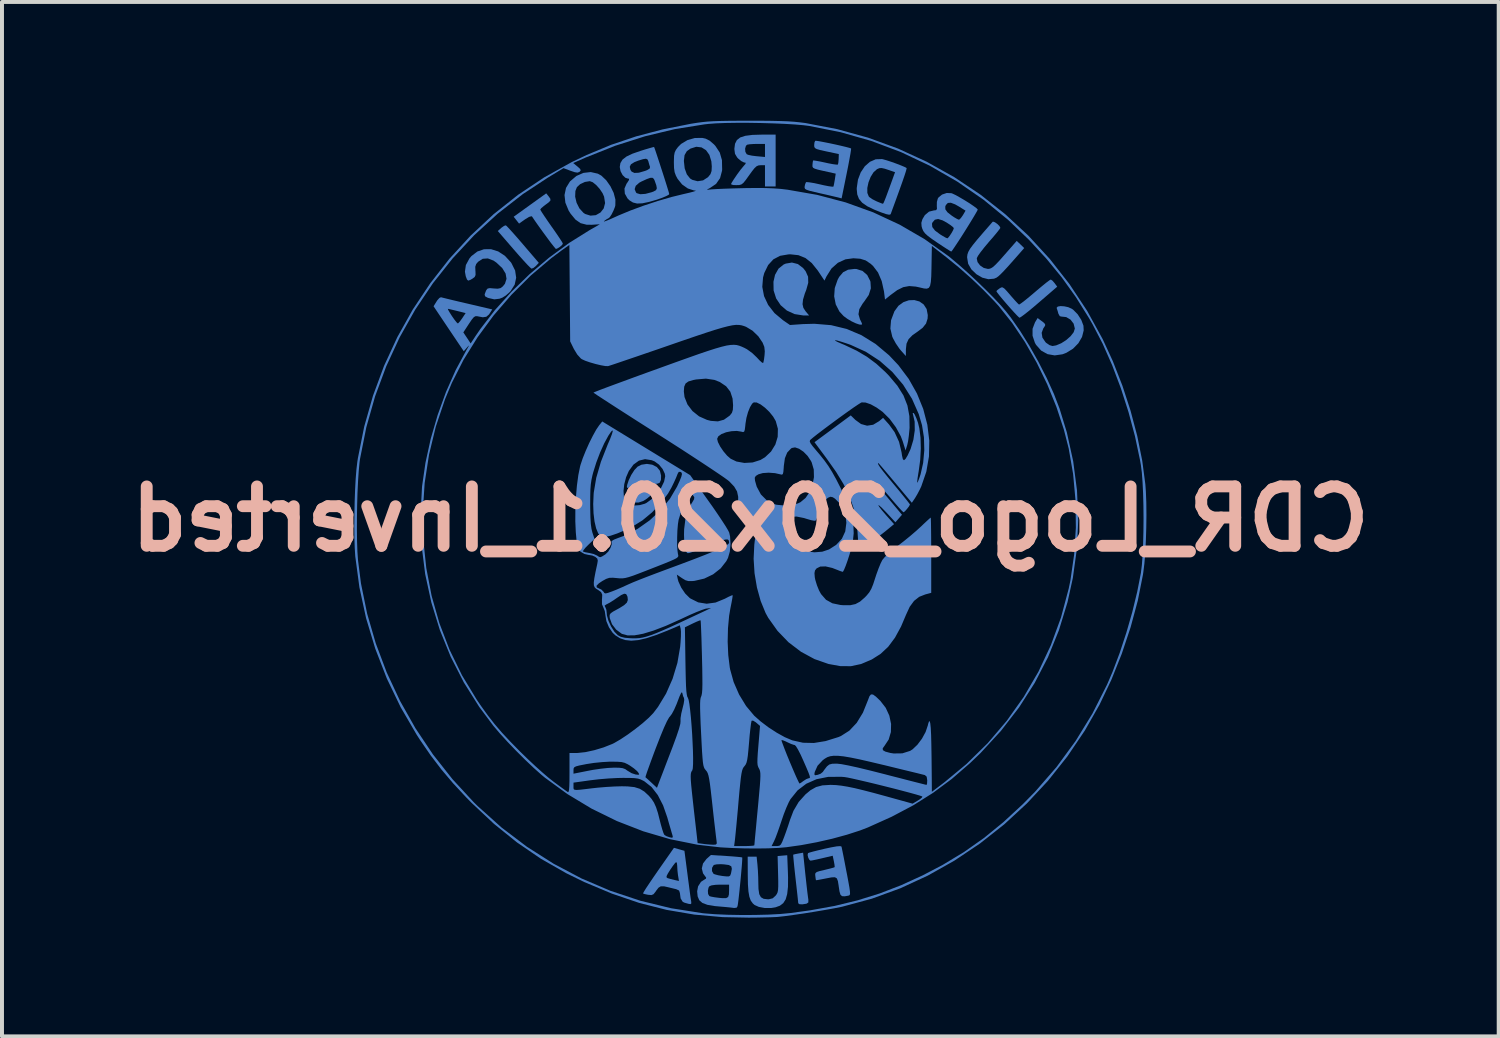
<source format=kicad_pcb>
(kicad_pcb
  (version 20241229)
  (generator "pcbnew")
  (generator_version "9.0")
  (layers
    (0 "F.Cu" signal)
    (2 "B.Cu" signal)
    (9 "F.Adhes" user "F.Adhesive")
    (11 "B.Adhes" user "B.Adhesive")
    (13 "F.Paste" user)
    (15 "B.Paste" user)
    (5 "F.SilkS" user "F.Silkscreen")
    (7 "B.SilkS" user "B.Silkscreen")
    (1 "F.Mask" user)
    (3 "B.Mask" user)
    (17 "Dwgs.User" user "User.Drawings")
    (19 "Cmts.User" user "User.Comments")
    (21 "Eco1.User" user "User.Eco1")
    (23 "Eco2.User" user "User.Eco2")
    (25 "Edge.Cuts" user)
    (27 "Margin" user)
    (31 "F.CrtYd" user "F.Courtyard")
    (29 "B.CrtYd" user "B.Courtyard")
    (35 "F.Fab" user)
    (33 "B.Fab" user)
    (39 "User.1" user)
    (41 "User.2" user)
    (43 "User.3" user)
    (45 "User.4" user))
  (footprint "CDR_Logo_20x20.1_Inverted"
    (layer "F.Cu")
    (at 16.014 10.114)
    (property "Reference" "CDR_Logo_20x20.1_Inverted" (at -0.107 -0.053 0) (layer "B.SilkS") (effects (font (size 1.5 1.5) (thickness 0.3)) (justify mirror)))
    (attr board_only exclude_from_pos_files exclude_from_bom)
    (fp_poly (pts (xy -2.701 -0.885) (xy -2.842 -0.871) (xy -2.985 -0.843) (xy -3.08 -0.816) (xy -3.184 -0.756) (xy -3.229 -0.677) (xy -3.212 -0.586) (xy -3.166 -0.526) (xy -3.063 -0.468) (xy -2.932 -0.467) (xy -2.803 -0.512) (xy -2.716 -0.569) (xy -2.617 -0.654) (xy -2.572 -0.701) (xy -2.504 -0.78) (xy -2.477 -0.826) (xy -2.487 -0.854) (xy -2.509 -0.869) (xy -2.584 -0.885)) (stroke (width 0) (type solid)) (fill yes) (layer "B.Cu"))
    (fp_poly (pts (xy -6.327 -7.458) (xy -6.393 -7.412) (xy -6.401 -7.405) (xy -6.487 -7.327) (xy -6.081 -6.857) (xy -5.95 -6.707) (xy -5.832 -6.576) (xy -5.736 -6.472) (xy -5.667 -6.403) (xy -5.636 -6.377) (xy -5.588 -6.393) (xy -5.526 -6.443) (xy -5.524 -6.445) (xy -5.451 -6.523) (xy -5.852 -6.992) (xy -5.981 -7.142) (xy -6.097 -7.273) (xy -6.191 -7.377) (xy -6.256 -7.446) (xy -6.284 -7.471)) (stroke (width 0) (type solid)) (fill yes) (layer "B.Cu"))
    (fp_poly (pts (xy -2.859 -1.423) (xy -2.957 -1.373) (xy -3.036 -1.289) (xy -3.116 -1.165) (xy -3.182 -1.025) (xy -3.217 -0.919) (xy -3.227 -0.862) (xy -3.215 -0.837) (xy -3.167 -0.84) (xy -3.071 -0.869) (xy -3.046 -0.878) (xy -2.941 -0.901) (xy -2.802 -0.918) (xy -2.675 -0.924) (xy -2.545 -0.931) (xy -2.445 -0.947) (xy -2.398 -0.967) (xy -2.365 -1.041) (xy -2.362 -1.148) (xy -2.389 -1.26) (xy -2.395 -1.275) (xy -2.471 -1.366) (xy -2.586 -1.424) (xy -2.722 -1.444)) (stroke (width 0) (type solid)) (fill yes) (layer "B.Cu"))
    (fp_poly (pts (xy 0.787 -6.504) (xy 0.734 -6.481) (xy 0.604 -6.376) (xy 0.517 -6.221) (xy 0.477 -6.046) (xy 0.481 -5.825) (xy 0.545 -5.624) (xy 0.659 -5.453) (xy 0.816 -5.318) (xy 1.01 -5.229) (xy 1.231 -5.194) (xy 1.249 -5.194) (xy 1.378 -5.194) (xy 1.288 -5.301) (xy 1.233 -5.385) (xy 1.212 -5.478) (xy 1.224 -5.595) (xy 1.27 -5.749) (xy 1.305 -5.839) (xy 1.356 -6.02) (xy 1.352 -6.173) (xy 1.29 -6.311) (xy 1.227 -6.391) (xy 1.094 -6.493) (xy 0.944 -6.531)) (stroke (width 0) (type solid)) (fill yes) (layer "B.Cu"))
    (fp_poly (pts (xy 3.898 -5.578) (xy 3.76 -5.53) (xy 3.635 -5.439) (xy 3.535 -5.302) (xy 3.531 -5.294) (xy 3.448 -5.073) (xy 3.431 -4.864) (xy 3.478 -4.66) (xy 3.497 -4.618) (xy 3.568 -4.488) (xy 3.656 -4.359) (xy 3.701 -4.304) (xy 3.822 -4.169) (xy 3.823 -4.341) (xy 3.839 -4.482) (xy 3.891 -4.595) (xy 3.99 -4.696) (xy 4.102 -4.774) (xy 4.245 -4.881) (xy 4.332 -4.99) (xy 4.371 -5.114) (xy 4.376 -5.204) (xy 4.347 -5.356) (xy 4.273 -5.471) (xy 4.166 -5.547) (xy 4.037 -5.583)) (stroke (width 0) (type solid)) (fill yes) (layer "B.Cu"))
    (fp_poly (pts (xy 1.106 8.4) (xy 1.024 8.416) (xy 0.979 8.428) (xy 0.976 8.429) (xy 0.977 8.463) (xy 0.985 8.553) (xy 0.998 8.689) (xy 1.016 8.858) (xy 1.035 9.03) (xy 1.057 9.223) (xy 1.076 9.394) (xy 1.091 9.531) (xy 1.1 9.623) (xy 1.103 9.656) (xy 1.132 9.68) (xy 1.207 9.684) (xy 1.308 9.668) (xy 1.315 9.666) (xy 1.358 9.636) (xy 1.359 9.567) (xy 1.358 9.561) (xy 1.349 9.498) (xy 1.334 9.381) (xy 1.316 9.225) (xy 1.296 9.043) (xy 1.283 8.925) (xy 1.226 8.379)) (stroke (width 0) (type solid)) (fill yes) (layer "B.Cu"))
    (fp_poly (pts (xy 2.362 -6.35) (xy 2.237 -6.286) (xy 2.137 -6.168) (xy 2.098 -6.095) (xy 2.026 -5.887) (xy 2.011 -5.676) (xy 2.051 -5.473) (xy 2.143 -5.294) (xy 2.249 -5.179) (xy 2.345 -5.108) (xy 2.454 -5.044) (xy 2.559 -4.995) (xy 2.647 -4.965) (xy 2.703 -4.961) (xy 2.716 -4.977) (xy 2.702 -5.017) (xy 2.667 -5.089) (xy 2.662 -5.099) (xy 2.625 -5.225) (xy 2.647 -5.355) (xy 2.731 -5.495) (xy 2.766 -5.54) (xy 2.885 -5.712) (xy 2.938 -5.879) (xy 2.928 -6.044) (xy 2.922 -6.065) (xy 2.846 -6.215) (xy 2.728 -6.318) (xy 2.577 -6.367) (xy 2.527 -6.37)) (stroke (width 0) (type solid)) (fill yes) (layer "B.Cu"))
    (fp_poly (pts (xy -5.675 -7.984) (xy -6.086 -7.688) (xy -6.018 -7.602) (xy -5.95 -7.515) (xy -5.799 -7.622) (xy -5.7 -7.683) (xy -5.638 -7.701) (xy -5.623 -7.694) (xy -5.543 -7.576) (xy -5.448 -7.441) (xy -5.346 -7.3) (xy -5.246 -7.164) (xy -5.156 -7.042) (xy -5.082 -6.947) (xy -5.033 -6.888) (xy -5.018 -6.874) (xy -4.975 -6.891) (xy -4.919 -6.926) (xy -4.863 -6.975) (xy -4.844 -7.009) (xy -4.862 -7.046) (xy -4.913 -7.126) (xy -4.99 -7.241) (xy -5.085 -7.378) (xy -5.13 -7.441) (xy -5.23 -7.585) (xy -5.315 -7.71) (xy -5.378 -7.806) (xy -5.411 -7.862) (xy -5.414 -7.871) (xy -5.389 -7.905) (xy -5.324 -7.96) (xy -5.28 -7.993) (xy -5.193 -8.058) (xy -5.156 -8.102) (xy -5.162 -8.146) (xy -5.205 -8.206) (xy -5.206 -8.207) (xy -5.264 -8.279)) (stroke (width 0) (type solid)) (fill yes) (layer "B.Cu"))
    (fp_poly (pts (xy 7.446 -6.08) (xy 7.37 -6.023) (xy 7.263 -5.936) (xy 7.135 -5.829) (xy 7.078 -5.78) (xy 6.945 -5.668) (xy 6.83 -5.574) (xy 6.741 -5.506) (xy 6.689 -5.472) (xy 6.681 -5.469) (xy 6.649 -5.498) (xy 6.585 -5.566) (xy 6.501 -5.661) (xy 6.463 -5.705) (xy 6.371 -5.812) (xy 6.309 -5.876) (xy 6.267 -5.903) (xy 6.232 -5.902) (xy 6.192 -5.879) (xy 6.19 -5.878) (xy 6.132 -5.834) (xy 6.109 -5.808) (xy 6.13 -5.773) (xy 6.186 -5.7) (xy 6.267 -5.602) (xy 6.363 -5.49) (xy 6.462 -5.377) (xy 6.556 -5.273) (xy 6.632 -5.192) (xy 6.682 -5.144) (xy 6.693 -5.137) (xy 6.73 -5.156) (xy 6.807 -5.212) (xy 6.918 -5.299) (xy 7.052 -5.41) (xy 7.188 -5.526) (xy 7.646 -5.921) (xy 7.58 -6.011) (xy 7.526 -6.073) (xy 7.484 -6.101) (xy 7.482 -6.101)) (stroke (width 0) (type solid)) (fill yes) (layer "B.Cu"))
    (fp_poly (pts (xy 0.703 8.453) (xy 0.582 8.464) (xy 0.594 8.917) (xy 0.598 9.102) (xy 0.598 9.232) (xy 0.593 9.32) (xy 0.581 9.381) (xy 0.56 9.425) (xy 0.533 9.463) (xy 0.459 9.531) (xy 0.364 9.555) (xy 0.333 9.556) (xy 0.229 9.544) (xy 0.16 9.504) (xy 0.118 9.426) (xy 0.099 9.298) (xy 0.095 9.163) (xy 0.092 8.999) (xy 0.084 8.828) (xy 0.073 8.687) (xy 0.052 8.48) (xy -0.061 8.48) (xy -0.174 8.48) (xy -0.172 8.942) (xy -0.168 9.179) (xy -0.155 9.358) (xy -0.132 9.491) (xy -0.097 9.588) (xy -0.046 9.659) (xy 0.000061 9.7) (xy 0.109 9.749) (xy 0.256 9.776) (xy 0.416 9.777) (xy 0.528 9.759) (xy 0.64 9.718) (xy 0.725 9.653) (xy 0.786 9.557) (xy 0.824 9.423) (xy 0.844 9.242) (xy 0.846 9.007) (xy 0.841 8.846) (xy 0.825 8.443)) (stroke (width 0) (type solid)) (fill yes) (layer "B.Cu"))
    (fp_poly (pts (xy -6.836 -6.867) (xy -7.005 -6.809) (xy -7.155 -6.693) (xy -7.205 -6.633) (xy -7.294 -6.468) (xy -7.318 -6.3) (xy -7.297 -6.185) (xy -7.266 -6.102) (xy -7.235 -6.074) (xy -7.181 -6.093) (xy -7.13 -6.122) (xy -7.072 -6.165) (xy -7.049 -6.216) (xy -7.051 -6.302) (xy -7.053 -6.321) (xy -7.057 -6.424) (xy -7.033 -6.494) (xy -6.983 -6.552) (xy -6.868 -6.626) (xy -6.739 -6.635) (xy -6.595 -6.58) (xy -6.522 -6.529) (xy -6.375 -6.391) (xy -6.29 -6.253) (xy -6.267 -6.12) (xy -6.307 -5.995) (xy -6.361 -5.928) (xy -6.418 -5.885) (xy -6.489 -5.87) (xy -6.591 -5.876) (xy -6.689 -5.885) (xy -6.744 -5.874) (xy -6.776 -5.837) (xy -6.788 -5.812) (xy -6.82 -5.727) (xy -6.81 -5.679) (xy -6.75 -5.645) (xy -6.72 -5.634) (xy -6.575 -5.601) (xy -6.444 -5.617) (xy -6.372 -5.644) (xy -6.287 -5.697) (xy -6.194 -5.778) (xy -6.164 -5.81) (xy -6.061 -5.972) (xy -6.023 -6.147) (xy -6.05 -6.33) (xy -6.141 -6.513) (xy -6.156 -6.536) (xy -6.308 -6.701) (xy -6.478 -6.812) (xy -6.657 -6.868)) (stroke (width 0) (type solid)) (fill yes) (layer "B.Cu"))
    (fp_poly (pts (xy 7.661 -5.419) (xy 7.632 -5.389) (xy 7.634 -5.376) (xy 7.659 -5.301) (xy 7.675 -5.24) (xy 7.711 -5.176) (xy 7.751 -5.166) (xy 7.873 -5.153) (xy 7.982 -5.089) (xy 8.06 -4.988) (xy 8.091 -4.865) (xy 8.091 -4.862) (xy 8.062 -4.771) (xy 7.985 -4.671) (xy 7.875 -4.574) (xy 7.748 -4.492) (xy 7.619 -4.438) (xy 7.526 -4.422) (xy 7.453 -4.444) (xy 7.369 -4.501) (xy 7.35 -4.519) (xy 7.272 -4.634) (xy 7.253 -4.756) (xy 7.295 -4.869) (xy 7.301 -4.877) (xy 7.34 -4.935) (xy 7.34 -4.976) (xy 7.296 -5.021) (xy 7.251 -5.054) (xy 7.151 -5.129) (xy 7.084 -5.018) (xy 7.023 -4.857) (xy 7.023 -4.681) (xy 7.082 -4.504) (xy 7.112 -4.451) (xy 7.24 -4.307) (xy 7.4 -4.217) (xy 7.583 -4.185) (xy 7.778 -4.213) (xy 7.876 -4.25) (xy 8.045 -4.354) (xy 8.181 -4.493) (xy 8.273 -4.651) (xy 8.315 -4.817) (xy 8.309 -4.936) (xy 8.254 -5.082) (xy 8.161 -5.226) (xy 8.049 -5.339) (xy 8.014 -5.363) (xy 7.925 -5.403) (xy 7.825 -5.425) (xy 7.731 -5.431)) (stroke (width 0) (type solid)) (fill yes) (layer "B.Cu"))
    (fp_poly (pts (xy 6.014 -7.56) (xy 5.982 -7.523) (xy 5.916 -7.447) (xy 5.828 -7.346) (xy 5.768 -7.277) (xy 5.623 -7.108) (xy 5.518 -6.979) (xy 5.445 -6.88) (xy 5.401 -6.803) (xy 5.378 -6.737) (xy 5.37 -6.674) (xy 5.37 -6.659) (xy 5.396 -6.5) (xy 5.477 -6.359) (xy 5.606 -6.235) (xy 5.753 -6.149) (xy 5.907 -6.11) (xy 6.05 -6.123) (xy 6.11 -6.148) (xy 6.155 -6.18) (xy 6.215 -6.234) (xy 6.298 -6.319) (xy 6.408 -6.438) (xy 6.55 -6.598) (xy 6.707 -6.776) (xy 6.812 -6.897) (xy 6.718 -6.988) (xy 6.623 -7.078) (xy 6.313 -6.724) (xy 6.187 -6.581) (xy 6.094 -6.483) (xy 6.026 -6.42) (xy 5.972 -6.386) (xy 5.925 -6.372) (xy 5.894 -6.37) (xy 5.79 -6.395) (xy 5.697 -6.458) (xy 5.633 -6.543) (xy 5.614 -6.632) (xy 5.617 -6.647) (xy 5.646 -6.703) (xy 5.711 -6.795) (xy 5.803 -6.912) (xy 5.912 -7.042) (xy 5.923 -7.055) (xy 6.031 -7.179) (xy 6.12 -7.286) (xy 6.182 -7.365) (xy 6.209 -7.405) (xy 6.21 -7.407) (xy 6.187 -7.452) (xy 6.134 -7.505) (xy 6.073 -7.548) (xy 6.025 -7.565)) (stroke (width 0) (type solid)) (fill yes) (layer "B.Cu"))
    (fp_poly (pts (xy 0.187 -9.763) (xy -0.053 -9.756) (xy -0.234 -9.733) (xy -0.363 -9.691) (xy -0.447 -9.625) (xy -0.494 -9.532) (xy -0.51 -9.409) (xy -0.51 -9.392) (xy -0.495 -9.278) (xy -0.441 -9.187) (xy -0.412 -9.156) (xy -0.336 -9.094) (xy -0.268 -9.06) (xy -0.254 -9.058) (xy -0.222 -9.051) (xy -0.232 -9.021) (xy -0.28 -8.965) (xy -0.352 -8.878) (xy -0.441 -8.757) (xy -0.529 -8.627) (xy -0.59 -8.529) (xy -0.587 -8.502) (xy -0.532 -8.489) (xy -0.464 -8.487) (xy -0.389 -8.489) (xy -0.334 -8.504) (xy -0.284 -8.542) (xy -0.225 -8.614) (xy -0.154 -8.713) (xy -0.063 -8.839) (xy 0.001 -8.919) (xy 0.051 -8.964) (xy 0.099 -8.985) (xy 0.156 -8.99) (xy 0.171 -8.99) (xy 0.263 -8.99) (xy 0.263 -8.722) (xy 0.263 -8.453) (xy 0.397 -8.453) (xy 0.532 -8.453) (xy 0.532 -9.108) (xy 0.532 -9.363) (xy 0.263 -9.363) (xy 0.263 -9.198) (xy 0.053 -9.217) (xy -0.064 -9.231) (xy -0.157 -9.251) (xy -0.199 -9.268) (xy -0.233 -9.328) (xy -0.239 -9.409) (xy -0.218 -9.48) (xy -0.188 -9.508) (xy -0.127 -9.519) (xy -0.024 -9.526) (xy 0.064 -9.528) (xy 0.263 -9.528) (xy 0.263 -9.363) (xy 0.532 -9.363) (xy 0.532 -9.763)) (stroke (width 0) (type solid)) (fill yes) (layer "B.Cu"))
    (fp_poly (pts (xy 3.061 -9.14) (xy 2.914 -9.076) (xy 2.785 -8.963) (xy 2.682 -8.809) (xy 2.612 -8.625) (xy 2.582 -8.418) (xy 2.581 -8.386) (xy 2.594 -8.252) (xy 2.637 -8.14) (xy 2.718 -8.043) (xy 2.845 -7.954) (xy 3.025 -7.867) (xy 3.195 -7.799) (xy 3.322 -7.755) (xy 3.399 -7.739) (xy 3.435 -7.749) (xy 3.439 -7.756) (xy 3.56 -8.086) (xy 3.658 -8.357) (xy 3.734 -8.57) (xy 3.789 -8.73) (xy 3.816 -8.814) (xy 3.549 -8.814) (xy 3.438 -8.507) (xy 3.369 -8.319) (xy 3.32 -8.186) (xy 3.285 -8.098) (xy 3.263 -8.046) (xy 3.249 -8.022) (xy 3.24 -8.016) (xy 3.203 -8.028) (xy 3.126 -8.059) (xy 3.079 -8.079) (xy 2.98 -8.129) (xy 2.903 -8.182) (xy 2.885 -8.2) (xy 2.849 -8.29) (xy 2.848 -8.415) (xy 2.878 -8.556) (xy 2.932 -8.694) (xy 3.005 -8.811) (xy 3.091 -8.888) (xy 3.092 -8.889) (xy 3.151 -8.915) (xy 3.209 -8.919) (xy 3.291 -8.901) (xy 3.366 -8.876) (xy 3.549 -8.814) (xy 3.816 -8.814) (xy 3.824 -8.84) (xy 3.84 -8.901) (xy 3.841 -8.918) (xy 3.795 -8.944) (xy 3.703 -8.983) (xy 3.584 -9.029) (xy 3.455 -9.075) (xy 3.336 -9.114) (xy 3.243 -9.14) (xy 3.218 -9.145)) (stroke (width 0) (type solid)) (fill yes) (layer "B.Cu"))
    (fp_poly (pts (xy -2.435 8.825) (xy -2.553 8.996) (xy -2.656 9.148) (xy -2.739 9.272) (xy -2.794 9.361) (xy -2.818 9.405) (xy -2.818 9.409) (xy -2.778 9.424) (xy -2.699 9.441) (xy -2.684 9.443) (xy -2.605 9.45) (xy -2.552 9.427) (xy -2.5 9.362) (xy -2.487 9.341) (xy -2.428 9.264) (xy -2.37 9.228) (xy -2.289 9.228) (xy -2.19 9.25) (xy -2.08 9.277) (xy -1.98 9.301) (xy -1.98 9.301) (xy -1.907 9.335) (xy -1.887 9.397) (xy -1.868 9.535) (xy -1.816 9.619) (xy -1.774 9.641) (xy -1.669 9.671) (xy -1.615 9.678) (xy -1.598 9.659) (xy -1.602 9.608) (xy -1.606 9.582) (xy -1.617 9.512) (xy -1.634 9.39) (xy -1.655 9.228) (xy -1.673 9.093) (xy -1.911 9.093) (xy -2.025 9.068) (xy -2.121 9.044) (xy -2.195 9.022) (xy -2.197 9.022) (xy -2.223 9.004) (xy -2.223 8.97) (xy -2.191 8.906) (xy -2.13 8.808) (xy -2.064 8.712) (xy -2.01 8.642) (xy -1.98 8.615) (xy -1.98 8.615) (xy -1.962 8.644) (xy -1.954 8.716) (xy -1.954 8.724) (xy -1.948 8.834) (xy -1.934 8.955) (xy -1.932 8.963) (xy -1.911 9.093) (xy -1.673 9.093) (xy -1.68 9.04) (xy -1.698 8.901) (xy -1.772 8.331) (xy -1.904 8.294) (xy -2.037 8.256)) (stroke (width 0) (type solid)) (fill yes) (layer "B.Cu"))
    (fp_poly (pts (xy 2.075 8.219) (xy 1.93 8.245) (xy 1.776 8.278) (xy 1.619 8.315) (xy 1.487 8.348) (xy 1.393 8.374) (xy 1.35 8.39) (xy 1.35 8.39) (xy 1.34 8.438) (xy 1.356 8.506) (xy 1.387 8.563) (xy 1.414 8.58) (xy 1.465 8.572) (xy 1.562 8.552) (xy 1.686 8.524) (xy 1.715 8.517) (xy 1.974 8.456) (xy 2.003 8.594) (xy 2.019 8.682) (xy 2.024 8.738) (xy 2.022 8.745) (xy 1.987 8.758) (xy 1.903 8.781) (xy 1.788 8.809) (xy 1.768 8.814) (xy 1.643 8.843) (xy 1.571 8.867) (xy 1.538 8.894) (xy 1.531 8.933) (xy 1.535 8.969) (xy 1.544 9.041) (xy 1.551 9.074) (xy 1.584 9.071) (xy 1.666 9.056) (xy 1.781 9.034) (xy 1.805 9.029) (xy 1.942 9.003) (xy 2.029 8.999) (xy 2.078 9.027) (xy 2.105 9.096) (xy 2.124 9.213) (xy 2.125 9.224) (xy 2.146 9.36) (xy 2.17 9.441) (xy 2.21 9.477) (xy 2.276 9.481) (xy 2.365 9.465) (xy 2.389 9.459) (xy 2.405 9.444) (xy 2.412 9.412) (xy 2.409 9.353) (xy 2.396 9.259) (xy 2.371 9.12) (xy 2.335 8.926) (xy 2.321 8.857) (xy 2.284 8.664) (xy 2.251 8.492) (xy 2.223 8.354) (xy 2.204 8.261) (xy 2.196 8.224) (xy 2.163 8.213)) (stroke (width 0) (type solid)) (fill yes) (layer "B.Cu"))
    (fp_poly (pts (xy 1.513 -9.565) (xy 1.506 -9.498) (xy 1.509 -9.454) (xy 1.527 -9.423) (xy 1.571 -9.398) (xy 1.654 -9.374) (xy 1.789 -9.344) (xy 1.817 -9.338) (xy 2.128 -9.272) (xy 2.124 -9.147) (xy 2.117 -9.061) (xy 2.106 -9.009) (xy 2.103 -9.005) (xy 2.065 -9.005) (xy 1.977 -9.017) (xy 1.855 -9.04) (xy 1.789 -9.055) (xy 1.657 -9.083) (xy 1.552 -9.102) (xy 1.49 -9.111) (xy 1.48 -9.11) (xy 1.47 -9.073) (xy 1.463 -9.004) (xy 1.462 -8.959) (xy 1.477 -8.927) (xy 1.519 -8.903) (xy 1.6 -8.878) (xy 1.734 -8.847) (xy 1.753 -8.843) (xy 2.05 -8.777) (xy 2.027 -8.623) (xy 2.01 -8.527) (xy 1.996 -8.462) (xy 1.991 -8.449) (xy 1.955 -8.448) (xy 1.868 -8.46) (xy 1.746 -8.484) (xy 1.65 -8.506) (xy 1.509 -8.537) (xy 1.394 -8.556) (xy 1.319 -8.564) (xy 1.299 -8.56) (xy 1.278 -8.512) (xy 1.265 -8.454) (xy 1.264 -8.419) (xy 1.277 -8.391) (xy 1.317 -8.368) (xy 1.393 -8.343) (xy 1.517 -8.313) (xy 1.64 -8.284) (xy 1.802 -8.248) (xy 1.946 -8.214) (xy 2.057 -8.188) (xy 2.113 -8.175) (xy 2.199 -8.152) (xy 2.326 -8.776) (xy 2.365 -8.971) (xy 2.397 -9.143) (xy 2.422 -9.281) (xy 2.436 -9.374) (xy 2.439 -9.412) (xy 2.439 -9.413) (xy 2.4 -9.427) (xy 2.31 -9.451) (xy 2.185 -9.481) (xy 2.04 -9.514) (xy 1.889 -9.546) (xy 1.748 -9.574) (xy 1.632 -9.596) (xy 1.555 -9.607) (xy 1.532 -9.607)) (stroke (width 0) (type solid)) (fill yes) (layer "B.Cu"))
    (fp_poly (pts (xy -1.217 8.539) (xy -1.303 8.652) (xy -1.333 8.777) (xy -1.303 8.899) (xy -1.264 8.954) (xy -1.223 9.009) (xy -1.23 9.037) (xy -1.247 9.045) (xy -1.354 9.115) (xy -1.427 9.229) (xy -1.451 9.355) (xy -1.438 9.484) (xy -1.397 9.58) (xy -1.318 9.649) (xy -1.192 9.696) (xy -1.013 9.727) (xy -0.879 9.739) (xy -0.739 9.751) (xy -0.616 9.763) (xy -0.534 9.773) (xy -0.52 9.776) (xy -0.453 9.768) (xy -0.431 9.732) (xy -0.421 9.676) (xy -0.407 9.57) (xy -0.391 9.428) (xy -0.379 9.318) (xy -0.644 9.318) (xy -0.648 9.434) (xy -0.668 9.499) (xy -0.72 9.527) (xy -0.816 9.527) (xy -0.893 9.52) (xy -1.01 9.505) (xy -1.102 9.488) (xy -1.144 9.474) (xy -1.174 9.422) (xy -1.18 9.34) (xy -1.163 9.26) (xy -1.141 9.226) (xy -1.086 9.204) (xy -0.982 9.19) (xy -0.873 9.186) (xy -0.644 9.186) (xy -0.644 9.318) (xy -0.379 9.318) (xy -0.374 9.263) (xy -0.356 9.087) (xy -0.34 8.913) (xy -0.329 8.786) (xy -0.574 8.786) (xy -0.594 8.895) (xy -0.599 8.912) (xy -0.616 8.956) (xy -0.647 8.977) (xy -0.711 8.978) (xy -0.809 8.968) (xy -0.92 8.949) (xy -1.007 8.925) (xy -1.039 8.91) (xy -1.076 8.844) (xy -1.074 8.761) (xy -1.036 8.696) (xy -1.022 8.687) (xy -0.957 8.673) (xy -0.853 8.669) (xy -0.77 8.674) (xy -0.651 8.69) (xy -0.589 8.723) (xy -0.574 8.786) (xy -0.329 8.786) (xy -0.326 8.755) (xy -0.316 8.624) (xy -0.311 8.535) (xy -0.312 8.499) (xy -0.349 8.492) (xy -0.439 8.483) (xy -0.568 8.472) (xy -0.715 8.462) (xy -1.104 8.438)) (stroke (width 0) (type solid)) (fill yes) (layer "B.Cu"))
    (fp_poly (pts (xy -2.572 -9.444) (xy -2.654 -9.421) (xy -2.773 -9.386) (xy -2.875 -9.354) (xy -3.086 -9.281) (xy -3.237 -9.209) (xy -3.336 -9.132) (xy -3.39 -9.044) (xy -3.406 -8.945) (xy -3.386 -8.838) (xy -3.334 -8.74) (xy -3.265 -8.673) (xy -3.209 -8.655) (xy -3.172 -8.647) (xy -3.173 -8.616) (xy -3.215 -8.55) (xy -3.235 -8.522) (xy -3.287 -8.401) (xy -3.278 -8.272) (xy -3.21 -8.151) (xy -3.16 -8.102) (xy -3.073 -8.048) (xy -2.969 -8.022) (xy -2.838 -8.027) (xy -2.668 -8.062) (xy -2.467 -8.12) (xy -2.334 -8.167) (xy -2.23 -8.211) (xy -2.167 -8.246) (xy -2.156 -8.261) (xy -2.166 -8.3) (xy -2.193 -8.391) (xy -2.198 -8.407) (xy -2.469 -8.407) (xy -2.49 -8.36) (xy -2.549 -8.327) (xy -2.599 -8.308) (xy -2.757 -8.266) (xy -2.887 -8.257) (xy -2.976 -8.283) (xy -2.995 -8.3) (xy -3.03 -8.385) (xy -3.002 -8.47) (xy -2.913 -8.548) (xy -2.862 -8.576) (xy -2.725 -8.639) (xy -2.635 -8.671) (xy -2.579 -8.672) (xy -2.545 -8.644) (xy -2.526 -8.605) (xy -2.483 -8.483) (xy -2.469 -8.407) (xy -2.198 -8.407) (xy -2.233 -8.52) (xy -2.282 -8.675) (xy -2.336 -8.843) (xy -2.37 -8.947) (xy -2.641 -8.947) (xy -2.65 -8.906) (xy -2.715 -8.866) (xy -2.767 -8.846) (xy -2.925 -8.8) (xy -3.036 -8.795) (xy -3.107 -8.829) (xy -3.136 -8.872) (xy -3.154 -8.95) (xy -3.124 -9.012) (xy -3.037 -9.067) (xy -2.938 -9.106) (xy -2.817 -9.143) (xy -2.745 -9.154) (xy -2.705 -9.136) (xy -2.683 -9.088) (xy -2.681 -9.078) (xy -2.657 -8.993) (xy -2.641 -8.947) (xy -2.37 -8.947) (xy -2.391 -9.013) (xy -2.443 -9.171) (xy -2.487 -9.304) (xy -2.52 -9.401) (xy -2.538 -9.448) (xy -2.54 -9.451)) (stroke (width 0) (type solid)) (fill yes) (layer "B.Cu"))
    (fp_poly (pts (xy 4.736 -8.248) (xy 4.646 -8.174) (xy 4.63 -8.149) (xy 4.606 -8.064) (xy 4.604 -7.962) (xy 4.604 -7.962) (xy 4.608 -7.885) (xy 4.585 -7.854) (xy 4.531 -7.848) (xy 4.407 -7.817) (xy 4.302 -7.729) (xy 4.241 -7.627) (xy 4.213 -7.534) (xy 4.22 -7.444) (xy 4.236 -7.388) (xy 4.263 -7.327) (xy 4.307 -7.268) (xy 4.378 -7.203) (xy 4.487 -7.122) (xy 4.614 -7.035) (xy 4.745 -6.948) (xy 4.856 -6.876) (xy 4.934 -6.827) (xy 4.969 -6.808) (xy 4.969 -6.808) (xy 4.992 -6.834) (xy 5.044 -6.909) (xy 5.12 -7.023) (xy 5.214 -7.167) (xy 5.313 -7.323) (xy 5.361 -7.4) (xy 5.034 -7.4) (xy 5.017 -7.351) (xy 4.977 -7.278) (xy 4.928 -7.204) (xy 4.886 -7.153) (xy 4.87 -7.143) (xy 4.83 -7.159) (xy 4.754 -7.202) (xy 4.69 -7.241) (xy 4.558 -7.339) (xy 4.49 -7.428) (xy 4.482 -7.511) (xy 4.495 -7.544) (xy 4.555 -7.613) (xy 4.637 -7.631) (xy 4.749 -7.597) (xy 4.851 -7.542) (xy 4.946 -7.48) (xy 5.012 -7.428) (xy 5.034 -7.4) (xy 5.361 -7.4) (xy 5.417 -7.49) (xy 5.507 -7.637) (xy 5.578 -7.756) (xy 5.624 -7.837) (xy 5.626 -7.842) (xy 5.33 -7.842) (xy 5.263 -7.727) (xy 5.212 -7.655) (xy 5.17 -7.615) (xy 5.163 -7.613) (xy 5.118 -7.631) (xy 5.04 -7.676) (xy 4.985 -7.713) (xy 4.874 -7.8) (xy 4.82 -7.875) (xy 4.818 -7.948) (xy 4.834 -7.985) (xy 4.883 -8.037) (xy 4.958 -8.042) (xy 5.066 -8.001) (xy 5.163 -7.946) (xy 5.33 -7.842) (xy 5.626 -7.842) (xy 5.639 -7.869) (xy 5.611 -7.9) (xy 5.539 -7.954) (xy 5.437 -8.024) (xy 5.317 -8.099) (xy 5.195 -8.171) (xy 5.085 -8.233) (xy 5 -8.273) (xy 4.973 -8.283) (xy 4.854 -8.288)) (stroke (width 0) (type solid)) (fill yes) (layer "B.Cu"))
    (fp_poly (pts (xy -0.442 -10.113) (xy -0.688 -10.111) (xy -0.889 -10.107) (xy -1.054 -10.101) (xy -1.196 -10.092) (xy -1.324 -10.079) (xy -1.451 -10.062) (xy -1.585 -10.041) (xy -1.615 -10.036) (xy -2.326 -9.894) (xy -2.991 -9.719) (xy -3.626 -9.505) (xy -4.244 -9.248) (xy -4.621 -9.068) (xy -5.316 -8.682) (xy -5.975 -8.242) (xy -6.595 -7.751) (xy -7.174 -7.211) (xy -7.709 -6.628) (xy -8.197 -6.003) (xy -8.637 -5.342) (xy -9.026 -4.646) (xy -9.362 -3.919) (xy -9.641 -3.165) (xy -9.862 -2.388) (xy -10.022 -1.59) (xy -10.037 -1.492) (xy -10.059 -1.304) (xy -10.078 -1.065) (xy -10.093 -0.786) (xy -10.104 -0.484) (xy -10.11 -0.172) (xy -10.113 0.135) (xy -10.11 0.424) (xy -10.102 0.678) (xy -10.089 0.885) (xy -10.089 0.887) (xy -9.984 1.674) (xy -9.815 2.455) (xy -9.583 3.225) (xy -9.291 3.978) (xy -8.941 4.705) (xy -8.535 5.402) (xy -8.45 5.533) (xy -8.183 5.921) (xy -7.911 6.278) (xy -7.618 6.624) (xy -7.289 6.978) (xy -7.146 7.123) (xy -6.583 7.651) (xy -6.003 8.119) (xy -5.397 8.533) (xy -4.757 8.898) (xy -4.306 9.119) (xy -3.602 9.414) (xy -2.911 9.649) (xy -2.221 9.824) (xy -1.522 9.943) (xy -0.804 10.007) (xy -0.15 10.02) (xy 0.055 10.018) (xy 0.245 10.014) (xy 0.407 10.01) (xy 0.527 10.005) (xy 0.582 10.002) (xy 0.762 9.982) (xy 0.989 9.951) (xy 1.245 9.914) (xy 1.512 9.871) (xy 1.772 9.827) (xy 2.007 9.785) (xy 2.197 9.747) (xy 2.227 9.74) (xy 2.963 9.541) (xy 3.681 9.279) (xy 4.378 8.957) (xy 5.051 8.578) (xy 5.695 8.146) (xy 6.306 7.664) (xy 6.88 7.134) (xy 7.414 6.561) (xy 7.903 5.946) (xy 8.344 5.293) (xy 8.716 4.638) (xy 9.013 4.013) (xy 9.276 3.356) (xy 9.501 2.682) (xy 9.682 2.01) (xy 9.812 1.357) (xy 9.822 1.29) (xy 9.849 1.069) (xy 9.871 0.798) (xy 9.886 0.492) (xy 9.896 0.169) (xy 9.899 -0.06) (xy 9.827 -0.06) (xy 9.824 0.266) (xy 9.816 0.578) (xy 9.803 0.864) (xy 9.785 1.11) (xy 9.761 1.304) (xy 9.761 1.307) (xy 9.667 1.787) (xy 9.543 2.298) (xy 9.393 2.819) (xy 9.225 3.33) (xy 9.044 3.81) (xy 8.905 4.133) (xy 8.536 4.863) (xy 8.111 5.556) (xy 7.629 6.214) (xy 7.09 6.835) (xy 6.776 7.154) (xy 6.285 7.608) (xy 5.794 8.008) (xy 5.288 8.364) (xy 4.751 8.688) (xy 4.244 8.953) (xy 3.701 9.201) (xy 3.16 9.409) (xy 2.605 9.582) (xy 2.025 9.723) (xy 1.404 9.835) (xy 0.901 9.904) (xy 0.645 9.928) (xy 0.34 9.944) (xy 0.005 9.952) (xy -0.342 9.953) (xy -0.682 9.947) (xy -0.998 9.933) (xy -1.27 9.912) (xy -1.316 9.907) (xy -2.109 9.782) (xy -2.885 9.593) (xy -3.641 9.342) (xy -4.372 9.03) (xy -5.076 8.658) (xy -5.75 8.23) (xy -6.39 7.745) (xy -6.992 7.205) (xy -7.096 7.103) (xy -7.635 6.519) (xy -8.127 5.894) (xy -8.569 5.233) (xy -8.959 4.541) (xy -9.294 3.824) (xy -9.571 3.088) (xy -9.789 2.337) (xy -9.944 1.577) (xy -10.02 0.98) (xy -10.034 0.771) (xy -10.043 0.515) (xy -10.047 0.225) (xy -10.046 -0.086) (xy -10.041 -0.403) (xy -10.032 -0.714) (xy -10.018 -1.005) (xy -10.001 -1.263) (xy -9.981 -1.475) (xy -9.969 -1.565) (xy -9.809 -2.369) (xy -9.587 -3.152) (xy -9.305 -3.911) (xy -8.966 -4.643) (xy -8.572 -5.343) (xy -8.125 -6.009) (xy -7.627 -6.637) (xy -7.081 -7.224) (xy -6.488 -7.767) (xy -5.852 -8.262) (xy -5.223 -8.676) (xy -4.827 -8.916) (xy -4.649 -8.849) (xy -4.541 -8.813) (xy -4.474 -8.803) (xy -4.429 -8.819) (xy -4.419 -8.826) (xy -4.393 -8.859) (xy -4.406 -8.895) (xy -4.466 -8.95) (xy -4.475 -8.957) (xy -4.582 -9.045) (xy -4.26 -9.187) (xy -3.519 -9.482) (xy -2.768 -9.721) (xy -2.015 -9.902) (xy -1.272 -10.021) (xy -1.158 -10.034) (xy -0.971 -10.048) (xy -0.732 -10.057) (xy -0.455 -10.061) (xy -0.155 -10.061) (xy 0.157 -10.056) (xy 0.466 -10.047) (xy 0.758 -10.035) (xy 1.021 -10.019) (xy 1.24 -10) (xy 1.372 -9.983) (xy 2.169 -9.825) (xy 2.946 -9.604) (xy 3.699 -9.321) (xy 4.425 -8.978) (xy 5.121 -8.576) (xy 5.784 -8.118) (xy 6.411 -7.604) (xy 6.932 -7.105) (xy 7.373 -6.628) (xy 7.764 -6.151) (xy 8.117 -5.658) (xy 8.448 -5.129) (xy 8.54 -4.969) (xy 8.795 -4.478) (xy 9.035 -3.935) (xy 9.254 -3.355) (xy 9.447 -2.753) (xy 9.61 -2.145) (xy 9.737 -1.544) (xy 9.76 -1.414) (xy 9.784 -1.224) (xy 9.802 -0.98) (xy 9.816 -0.696) (xy 9.824 -0.384) (xy 9.827 -0.06) (xy 9.899 -0.06) (xy 9.9 -0.156) (xy 9.897 -0.466) (xy 9.886 -0.745) (xy 9.873 -0.928) (xy 9.794 -1.525) (xy 9.668 -2.15) (xy 9.499 -2.788) (xy 9.292 -3.423) (xy 9.05 -4.042) (xy 8.795 -4.595) (xy 8.402 -5.311) (xy 7.955 -5.987) (xy 7.46 -6.62) (xy 6.918 -7.21) (xy 6.333 -7.752) (xy 5.708 -8.246) (xy 5.046 -8.688) (xy 4.35 -9.077) (xy 3.623 -9.411) (xy 2.868 -9.686) (xy 2.089 -9.901) (xy 1.288 -10.055) (xy 1.288 -10.055) (xy 1.147 -10.073) (xy 1 -10.088) (xy 0.837 -10.099) (xy 0.646 -10.106) (xy 0.417 -10.111) (xy 0.141 -10.114) (xy -0.14 -10.114)) (stroke (width 0) (type solid)) (fill yes) (layer "B.Cu"))
    (fp_poly (pts (xy -1.507 -9.678) (xy -1.694 -9.625) (xy -1.856 -9.528) (xy -1.935 -9.449) (xy -1.988 -9.377) (xy -2.019 -9.311) (xy -2.034 -9.229) (xy -2.038 -9.109) (xy -2.039 -9.063) (xy -2.035 -8.918) (xy -2.02 -8.814) (xy -1.988 -8.726) (xy -1.945 -8.646) (xy -1.831 -8.504) (xy -1.686 -8.402) (xy -1.53 -8.352) (xy -1.494 -8.349) (xy -1.487 -8.342) (xy -1.538 -8.324) (xy -1.636 -8.298) (xy -1.773 -8.266) (xy -1.787 -8.263) (xy -2.098 -8.187) (xy -2.442 -8.087) (xy -2.795 -7.971) (xy -3.135 -7.846) (xy -3.439 -7.72) (xy -3.52 -7.683) (xy -3.651 -7.624) (xy -3.749 -7.584) (xy -3.803 -7.567) (xy -3.807 -7.575) (xy -3.802 -7.579) (xy -3.738 -7.625) (xy -3.697 -7.646) (xy -3.696 -7.646) (xy -3.66 -7.675) (xy -3.613 -7.746) (xy -3.566 -7.84) (xy -3.528 -7.935) (xy -3.518 -7.975) (xy -3.517 -8.033) (xy -3.777 -8.033) (xy -3.812 -7.898) (xy -3.893 -7.795) (xy -4.011 -7.728) (xy -4.147 -7.716) (xy -4.28 -7.758) (xy -4.323 -7.787) (xy -4.426 -7.9) (xy -4.497 -8.042) (xy -4.533 -8.195) (xy -4.527 -8.338) (xy -4.489 -8.435) (xy -4.407 -8.511) (xy -4.287 -8.567) (xy -4.163 -8.587) (xy -4.089 -8.56) (xy -4.001 -8.489) (xy -3.913 -8.391) (xy -3.84 -8.282) (xy -3.802 -8.195) (xy -3.777 -8.033) (xy -3.517 -8.033) (xy -3.516 -8.123) (xy -3.56 -8.291) (xy -3.642 -8.459) (xy -3.749 -8.611) (xy -3.873 -8.728) (xy -3.959 -8.776) (xy -4.139 -8.817) (xy -4.324 -8.796) (xy -4.502 -8.718) (xy -4.659 -8.584) (xy -4.666 -8.577) (xy -4.764 -8.417) (xy -4.802 -8.236) (xy -4.78 -8.043) (xy -4.698 -7.844) (xy -4.648 -7.765) (xy -4.525 -7.616) (xy -4.396 -7.526) (xy -4.244 -7.487) (xy -4.116 -7.485) (xy -3.909 -7.498) (xy -4.166 -7.351) (xy -4.683 -7.028) (xy -5.192 -6.654) (xy -5.682 -6.239) (xy -6.141 -5.794) (xy -6.56 -5.329) (xy -6.927 -4.853) (xy -7.045 -4.681) (xy -7.173 -4.487) (xy -7.265 -4.627) (xy -7.358 -4.766) (xy -7.218 -4.981) (xy -7.144 -5.09) (xy -7.092 -5.152) (xy -7.05 -5.176) (xy -7.005 -5.175) (xy -6.994 -5.172) (xy -6.866 -5.148) (xy -6.778 -5.161) (xy -6.713 -5.216) (xy -6.692 -5.245) (xy -6.687 -5.254) (xy -7.3 -5.254) (xy -7.387 -5.123) (xy -7.443 -5.046) (xy -7.486 -4.999) (xy -7.498 -4.992) (xy -7.527 -5.018) (xy -7.581 -5.086) (xy -7.645 -5.177) (xy -7.704 -5.27) (xy -7.742 -5.337) (xy -7.749 -5.362) (xy -7.749 -5.362) (xy -7.709 -5.354) (xy -7.623 -5.334) (xy -7.515 -5.308) (xy -7.3 -5.254) (xy -6.687 -5.254) (xy -6.627 -5.347) (xy -7.256 -5.494) (xy -7.454 -5.54) (xy -7.63 -5.582) (xy -7.774 -5.617) (xy -7.875 -5.642) (xy -7.922 -5.654) (xy -7.923 -5.654) (xy -7.962 -5.637) (xy -8.015 -5.578) (xy -8.035 -5.547) (xy -8.11 -5.426) (xy -7.729 -4.858) (xy -7.347 -4.29) (xy -7.268 -4.381) (xy -7.226 -4.428) (xy -7.216 -4.431) (xy -7.24 -4.386) (xy -7.279 -4.32) (xy -7.551 -3.815) (xy -7.796 -3.262) (xy -8.008 -2.676) (xy -8.183 -2.074) (xy -8.315 -1.471) (xy -8.4 -0.883) (xy -8.403 -0.846) (xy -8.441 -0.114) (xy -8.413 0.617) (xy -8.322 1.341) (xy -8.167 2.054) (xy -7.952 2.752) (xy -7.678 3.427) (xy -7.346 4.077) (xy -6.957 4.695) (xy -6.601 5.171) (xy -6.437 5.364) (xy -6.24 5.58) (xy -6.022 5.807) (xy -5.799 6.029) (xy -5.582 6.235) (xy -5.387 6.409) (xy -5.298 6.483) (xy -4.727 6.899) (xy -4.117 7.266) (xy -3.477 7.58) (xy -2.813 7.838) (xy -2.134 8.038) (xy -1.445 8.177) (xy -0.863 8.244) (xy -0.573 8.26) (xy -0.264 8.27) (xy 0.047 8.273) (xy 0.342 8.269) (xy 0.603 8.258) (xy 0.801 8.241) (xy 1.177 8.188) (xy 1.57 8.115) (xy 1.961 8.026) (xy 2.332 7.925) (xy 2.666 7.817) (xy 2.863 7.741) (xy 3.461 7.472) (xy 4.006 7.184) (xy 4.363 6.959) (xy 4.239 6.959) (xy 4.23 6.984) (xy 4.176 7.029) (xy 4.13 7.058) (xy 3.993 7.14) (xy 3.329 6.956) (xy 3.01 6.869) (xy 2.747 6.801) (xy 2.529 6.748) (xy 2.348 6.711) (xy 2.195 6.686) (xy 2.06 6.671) (xy 1.934 6.666) (xy 1.91 6.666) (xy 1.713 6.678) (xy 1.555 6.72) (xy 1.412 6.801) (xy 1.287 6.905) (xy 1.114 7.098) (xy 0.982 7.322) (xy 0.896 7.549) (xy 0.848 7.697) (xy 0.79 7.865) (xy 0.746 7.985) (xy 0.7 8.102) (xy 0.665 8.17) (xy 0.628 8.202) (xy 0.578 8.211) (xy 0.545 8.212) (xy 0.43 8.212) (xy 0.493 8.086) (xy 0.529 8.003) (xy 0.577 7.875) (xy 0.632 7.719) (xy 0.681 7.573) (xy 0.739 7.404) (xy 0.803 7.241) (xy 0.864 7.105) (xy 0.906 7.028) (xy 1.086 6.805) (xy 1.306 6.637) (xy 1.563 6.523) (xy 1.821 6.471) (xy 1.399 6.471) (xy 1.393 6.492) (xy 1.374 6.498) (xy 1.363 6.499) (xy 1.309 6.519) (xy 1.237 6.565) (xy 1.174 6.611) (xy 1.136 6.632) (xy 1.136 6.632) (xy 1.118 6.603) (xy 1.079 6.521) (xy 1.045 6.447) (xy 0.147 6.447) (xy 0.143 6.55) (xy 0.133 6.692) (xy 0.116 6.88) (xy 0.094 7.124) (xy 0.081 7.262) (xy 0.058 7.502) (xy 0.038 7.72) (xy 0.02 7.907) (xy 0.006 8.054) (xy -0.002 8.152) (xy -0.006 8.193) (xy -0.006 8.193) (xy -0.037 8.202) (xy -0.118 8.208) (xy -0.235 8.212) (xy -0.262 8.212) (xy -0.517 8.212) (xy -0.508 8.143) (xy -0.954 8.143) (xy -0.977 8.173) (xy -1.041 8.178) (xy -1.138 8.173) (xy -1.257 8.162) (xy -1.289 8.157) (xy -1.439 8.137) (xy -1.455 7.988) (xy -2.064 7.988) (xy -2.09 8.001) (xy -2.145 7.99) (xy -2.228 7.961) (xy -2.278 7.93) (xy -2.302 7.883) (xy -2.334 7.786) (xy -2.371 7.656) (xy -2.392 7.573) (xy -2.442 7.375) (xy -2.49 7.228) (xy -2.541 7.115) (xy -2.602 7.021) (xy -2.672 6.94) (xy -2.785 6.835) (xy -2.901 6.764) (xy -3.036 6.722) (xy -3.208 6.704) (xy -3.356 6.701) (xy -3.532 6.706) (xy -3.744 6.718) (xy -3.959 6.736) (xy -4.088 6.75) (xy -4.278 6.773) (xy -4.41 6.788) (xy -4.497 6.794) (xy -4.546 6.789) (xy -4.569 6.774) (xy -4.575 6.747) (xy -4.575 6.706) (xy -4.575 6.705) (xy -4.575 6.609) (xy -4.147 6.549) (xy -3.934 6.524) (xy -3.697 6.504) (xy -3.468 6.492) (xy -3.326 6.489) (xy -3.154 6.49) (xy -3.032 6.495) (xy -2.945 6.507) (xy -2.876 6.529) (xy -2.809 6.562) (xy -2.781 6.578) (xy -2.602 6.72) (xy -2.445 6.924) (xy -2.311 7.184) (xy -2.206 7.485) (xy -2.162 7.641) (xy -2.121 7.78) (xy -2.091 7.885) (xy -2.075 7.936) (xy -2.064 7.988) (xy -1.455 7.988) (xy -1.529 7.343) (xy -1.56 7.062) (xy -1.584 6.841) (xy -1.601 6.671) (xy -1.611 6.544) (xy -1.614 6.453) (xy -1.611 6.39) (xy -1.602 6.348) (xy -1.588 6.318) (xy -1.573 6.299) (xy -1.561 6.249) (xy -1.554 6.142) (xy -1.553 5.992) (xy -1.557 5.807) (xy -1.566 5.601) (xy -1.577 5.383) (xy -1.592 5.165) (xy -1.609 4.959) (xy -1.628 4.774) (xy -1.647 4.623) (xy -1.666 4.52) (xy -1.777 4.52) (xy -1.792 4.62) (xy -1.821 4.737) (xy -1.852 4.865) (xy -1.87 4.979) (xy -1.871 5.053) (xy -1.87 5.053) (xy -1.876 5.123) (xy -1.911 5.254) (xy -1.975 5.445) (xy -2.067 5.696) (xy -2.091 5.759) (xy -2.17 5.964) (xy -2.245 6.16) (xy -2.311 6.334) (xy -2.364 6.471) (xy -2.398 6.56) (xy -2.398 6.56) (xy -2.466 6.74) (xy -2.604 6.611) (xy -2.682 6.539) (xy -2.739 6.488) (xy -2.757 6.473) (xy -2.75 6.441) (xy -2.735 6.396) (xy -2.915 6.396) (xy -2.931 6.411) (xy -3.001 6.404) (xy -3.004 6.404) (xy -3.107 6.37) (xy -3.205 6.311) (xy -3.209 6.309) (xy -3.268 6.267) (xy -3.334 6.243) (xy -3.428 6.232) (xy -3.561 6.231) (xy -3.706 6.238) (xy -3.889 6.258) (xy -4.082 6.286) (xy -4.197 6.308) (xy -4.575 6.383) (xy -4.575 6.293) (xy -4.572 6.251) (xy -4.555 6.221) (xy -4.512 6.198) (xy -4.43 6.176) (xy -4.298 6.15) (xy -4.248 6.14) (xy -4.06 6.111) (xy -3.851 6.09) (xy -3.659 6.079) (xy -3.614 6.079) (xy -3.464 6.081) (xy -3.359 6.089) (xy -3.28 6.109) (xy -3.205 6.145) (xy -3.148 6.179) (xy -3.049 6.248) (xy -2.97 6.316) (xy -2.941 6.35) (xy -2.915 6.396) (xy -2.735 6.396) (xy -2.722 6.355) (xy -2.675 6.224) (xy -2.614 6.056) (xy -2.542 5.861) (xy -2.494 5.734) (xy -2.381 5.444) (xy -2.288 5.219) (xy -2.214 5.058) (xy -2.159 4.961) (xy -2.137 4.936) (xy -2.09 4.873) (xy -2.031 4.763) (xy -1.97 4.624) (xy -1.948 4.566) (xy -1.895 4.427) (xy -1.858 4.348) (xy -1.836 4.324) (xy -1.825 4.348) (xy -1.805 4.427) (xy -1.784 4.468) (xy -1.777 4.52) (xy -1.666 4.52) (xy -1.667 4.516) (xy -1.685 4.466) (xy -1.701 4.436) (xy -1.713 4.38) (xy -1.724 4.294) (xy -1.732 4.168) (xy -1.738 3.995) (xy -1.743 3.769) (xy -1.747 3.546) (xy -1.76 2.685) (xy -1.568 2.591) (xy -1.467 2.544) (xy -1.393 2.514) (xy -1.364 2.508) (xy -1.36 2.544) (xy -1.355 2.637) (xy -1.349 2.781) (xy -1.342 2.965) (xy -1.336 3.181) (xy -1.329 3.421) (xy -1.329 3.435) (xy -1.322 3.722) (xy -1.319 3.95) (xy -1.318 4.124) (xy -1.321 4.253) (xy -1.328 4.343) (xy -1.339 4.402) (xy -1.349 4.431) (xy -1.363 4.468) (xy -1.372 4.526) (xy -1.376 4.612) (xy -1.376 4.735) (xy -1.371 4.902) (xy -1.363 5.122) (xy -1.351 5.363) (xy -1.338 5.624) (xy -1.327 5.827) (xy -1.316 5.979) (xy -1.306 6.09) (xy -1.294 6.168) (xy -1.279 6.221) (xy -1.262 6.258) (xy -1.239 6.287) (xy -1.231 6.297) (xy -1.205 6.329) (xy -1.184 6.37) (xy -1.165 6.43) (xy -1.147 6.516) (xy -1.128 6.639) (xy -1.107 6.806) (xy -1.082 7.026) (xy -1.066 7.17) (xy -1.041 7.4) (xy -1.017 7.612) (xy -0.995 7.797) (xy -0.978 7.944) (xy -0.966 8.04) (xy -0.962 8.069) (xy -0.954 8.143) (xy -0.508 8.143) (xy -0.498 8.069) (xy -0.49 7.996) (xy -0.477 7.867) (xy -0.46 7.693) (xy -0.441 7.486) (xy -0.42 7.258) (xy -0.407 7.103) (xy -0.384 6.845) (xy -0.364 6.645) (xy -0.348 6.495) (xy -0.332 6.386) (xy -0.316 6.31) (xy -0.299 6.258) (xy -0.278 6.22) (xy -0.258 6.196) (xy -0.228 6.157) (xy -0.205 6.107) (xy -0.187 6.036) (xy -0.171 5.932) (xy -0.156 5.783) (xy -0.139 5.591) (xy -0.124 5.41) (xy -0.107 5.253) (xy -0.092 5.131) (xy -0.079 5.058) (xy -0.073 5.043) (xy -0.035 5.044) (xy 0.029 5.083) (xy 0.045 5.096) (xy 0.138 5.176) (xy 0.097 5.667) (xy 0.081 5.862) (xy 0.073 6.001) (xy 0.071 6.099) (xy 0.077 6.166) (xy 0.092 6.214) (xy 0.112 6.253) (xy 0.128 6.285) (xy 0.139 6.323) (xy 0.146 6.374) (xy 0.147 6.447) (xy 1.045 6.447) (xy 1.023 6.397) (xy 0.956 6.241) (xy 0.892 6.09) (xy 0.819 5.913) (xy 0.758 5.759) (xy 0.712 5.637) (xy 0.684 5.559) (xy 0.679 5.533) (xy 0.715 5.539) (xy 0.788 5.568) (xy 0.83 5.589) (xy 0.922 5.631) (xy 0.995 5.656) (xy 1.013 5.658) (xy 1.045 5.688) (xy 1.096 5.771) (xy 1.162 5.899) (xy 1.232 6.053) (xy 1.308 6.227) (xy 1.359 6.348) (xy 1.388 6.426) (xy 1.399 6.471) (xy 1.821 6.471) (xy 1.858 6.464) (xy 2.189 6.461) (xy 2.274 6.468) (xy 2.352 6.481) (xy 2.48 6.508) (xy 2.647 6.546) (xy 2.845 6.592) (xy 3.061 6.644) (xy 3.286 6.7) (xy 3.509 6.756) (xy 3.72 6.811) (xy 3.909 6.861) (xy 4.065 6.904) (xy 4.177 6.937) (xy 4.236 6.958) (xy 4.239 6.959) (xy 4.363 6.959) (xy 4.509 6.867) (xy 4.983 6.515) (xy 5.441 6.118) (xy 5.708 5.862) (xy 6.225 5.3) (xy 6.681 4.71) (xy 7.077 4.09) (xy 7.413 3.44) (xy 7.689 2.759) (xy 7.907 2.047) (xy 8.041 1.438) (xy 8.142 0.707) (xy 8.168 0.169) (xy 8.117 0.169) (xy 8.074 0.846) (xy 7.979 1.501) (xy 7.936 1.708) (xy 7.742 2.435) (xy 7.486 3.135) (xy 7.172 3.805) (xy 6.8 4.443) (xy 6.372 5.046) (xy 5.89 5.612) (xy 5.355 6.137) (xy 4.805 6.593) (xy 4.479 6.841) (xy 4.477 6.551) (xy 4.362 6.551) (xy 4.358 6.628) (xy 4.347 6.665) (xy 4.345 6.666) (xy 4.309 6.658) (xy 4.217 6.635) (xy 4.075 6.599) (xy 3.891 6.552) (xy 3.675 6.496) (xy 3.432 6.434) (xy 3.291 6.397) (xy 2.921 6.303) (xy 2.615 6.229) (xy 2.374 6.176) (xy 2.195 6.142) (xy 2.08 6.129) (xy 2.067 6.129) (xy 1.961 6.132) (xy 1.888 6.151) (xy 1.829 6.198) (xy 1.762 6.284) (xy 1.724 6.339) (xy 1.669 6.384) (xy 1.594 6.412) (xy 1.528 6.423) (xy 1.51 6.399) (xy 1.52 6.34) (xy 1.591 6.182) (xy 1.722 6.042) (xy 1.775 6.003) (xy 1.838 5.966) (xy 1.91 5.942) (xy 1.998 5.93) (xy 2.109 5.931) (xy 2.249 5.945) (xy 2.426 5.975) (xy 2.647 6.02) (xy 2.918 6.082) (xy 3.246 6.16) (xy 3.265 6.164) (xy 3.514 6.225) (xy 3.743 6.281) (xy 3.945 6.33) (xy 4.11 6.37) (xy 4.229 6.4) (xy 4.295 6.416) (xy 4.303 6.419) (xy 4.348 6.458) (xy 4.362 6.55) (xy 4.362 6.551) (xy 4.477 6.551) (xy 4.471 5.947) (xy 4.466 5.642) (xy 4.46 5.402) (xy 4.451 5.226) (xy 4.439 5.112) (xy 4.425 5.058) (xy 4.407 5.062) (xy 4.386 5.123) (xy 4.377 5.163) (xy 4.321 5.329) (xy 4.229 5.498) (xy 4.114 5.651) (xy 3.992 5.767) (xy 3.929 5.807) (xy 3.733 5.869) (xy 3.514 5.872) (xy 3.426 5.858) (xy 3.303 5.825) (xy 3.242 5.789) (xy 3.237 5.742) (xy 3.282 5.68) (xy 3.388 5.52) (xy 3.444 5.331) (xy 3.449 5.126) (xy 3.405 4.917) (xy 3.313 4.718) (xy 3.175 4.54) (xy 3.173 4.539) (xy 3.066 4.436) (xy 2.992 4.383) (xy 2.941 4.38) (xy 2.903 4.425) (xy 2.867 4.519) (xy 2.865 4.524) (xy 2.737 4.842) (xy 2.58 5.099) (xy 2.395 5.295) (xy 2.182 5.431) (xy 2.118 5.458) (xy 1.794 5.559) (xy 1.499 5.607) (xy 1.224 5.601) (xy 0.96 5.542) (xy 0.944 5.537) (xy 0.765 5.461) (xy 0.561 5.348) (xy 0.35 5.211) (xy 0.153 5.062) (xy -0.01 4.917) (xy -0.215 4.672) (xy -0.391 4.383) (xy -0.529 4.067) (xy -0.618 3.746) (xy -0.627 3.696) (xy -0.665 3.386) (xy -0.68 3.048) (xy -0.672 2.71) (xy -0.643 2.394) (xy -0.613 2.217) (xy -0.609 2.196) (xy -1.098 2.196) (xy -1.232 2.26) (xy -1.578 2.422) (xy -1.869 2.558) (xy -2.111 2.67) (xy -2.312 2.759) (xy -2.478 2.829) (xy -2.614 2.881) (xy -2.727 2.918) (xy -2.823 2.943) (xy -2.909 2.957) (xy -2.99 2.963) (xy -3.074 2.963) (xy -3.12 2.962) (xy -3.276 2.949) (xy -3.384 2.923) (xy -3.456 2.884) (xy -3.542 2.795) (xy -3.625 2.664) (xy -3.692 2.519) (xy -3.731 2.383) (xy -3.735 2.333) (xy -3.745 2.241) (xy -3.77 2.177) (xy -3.774 2.172) (xy -3.789 2.137) (xy -3.745 2.106) (xy -3.732 2.1) (xy -3.661 2.063) (xy -3.561 2) (xy -3.486 1.948) (xy -3.37 1.87) (xy -3.293 1.836) (xy -3.245 1.845) (xy -3.216 1.897) (xy -3.21 1.917) (xy -3.202 1.995) (xy -3.227 2.061) (xy -3.295 2.125) (xy -3.413 2.199) (xy -3.464 2.227) (xy -3.574 2.287) (xy -3.635 2.33) (xy -3.661 2.37) (xy -3.662 2.421) (xy -3.657 2.457) (xy -3.602 2.607) (xy -3.497 2.743) (xy -3.36 2.845) (xy -3.346 2.852) (xy -3.209 2.889) (xy -3.033 2.887) (xy -2.815 2.847) (xy -2.552 2.767) (xy -2.242 2.648) (xy -1.882 2.487) (xy -1.803 2.45) (xy -1.631 2.37) (xy -1.471 2.301) (xy -1.336 2.248) (xy -1.242 2.216) (xy -1.215 2.211) (xy -1.098 2.196) (xy -0.609 2.196) (xy -0.585 2.076) (xy -0.564 1.963) (xy -0.554 1.891) (xy -0.554 1.873) (xy -0.587 1.882) (xy -0.662 1.916) (xy -0.754 1.964) (xy -0.986 2.059) (xy -1.21 2.089) (xy -1.423 2.055) (xy -1.62 1.957) (xy -1.643 1.94) (xy -1.753 1.831) (xy -1.853 1.683) (xy -1.924 1.528) (xy -1.942 1.462) (xy -1.964 1.353) (xy -1.833 1.443) (xy -1.747 1.495) (xy -1.671 1.517) (xy -1.573 1.516) (xy -1.518 1.511) (xy -1.271 1.454) (xy -1.047 1.346) (xy -0.857 1.196) (xy -0.713 1.012) (xy -0.671 0.93) (xy -0.625 0.77) (xy -0.607 0.579) (xy -0.609 0.553) (xy -0.644 0.553) (xy -0.667 0.584) (xy -0.738 0.629) (xy -0.86 0.689) (xy -1.034 0.766) (xy -1.262 0.859) (xy -1.548 0.97) (xy -1.893 1.1) (xy -2.29 1.247) (xy -2.509 1.329) (xy -2.72 1.409) (xy -2.912 1.484) (xy -3.07 1.548) (xy -3.18 1.596) (xy -3.198 1.604) (xy -3.342 1.67) (xy -3.495 1.736) (xy -3.601 1.778) (xy -3.705 1.815) (xy -3.764 1.829) (xy -3.795 1.819) (xy -3.816 1.787) (xy -3.816 1.786) (xy -3.872 1.73) (xy -3.925 1.706) (xy -3.989 1.676) (xy -3.992 1.633) (xy -3.933 1.573) (xy -3.845 1.514) (xy -3.749 1.461) (xy -3.67 1.435) (xy -3.579 1.432) (xy -3.48 1.441) (xy -3.404 1.448) (xy -3.336 1.448) (xy -3.265 1.438) (xy -3.179 1.416) (xy -3.066 1.379) (xy -2.915 1.322) (xy -2.713 1.244) (xy -2.706 1.241) (xy -2.463 1.146) (xy -2.275 1.072) (xy -2.136 1.015) (xy -2.039 0.972) (xy -1.976 0.94) (xy -1.942 0.913) (xy -1.928 0.889) (xy -1.928 0.865) (xy -1.935 0.836) (xy -1.936 0.832) (xy -1.95 0.731) (xy -1.957 0.585) (xy -1.956 0.414) (xy -1.95 0.24) (xy -1.937 0.084) (xy -1.919 -0.034) (xy -1.917 -0.041) (xy -1.868 -0.196) (xy -1.796 -0.365) (xy -1.715 -0.52) (xy -1.653 -0.614) (xy -1.602 -0.663) (xy -1.561 -0.655) (xy -1.556 -0.65) (xy -1.524 -0.603) (xy -1.529 -0.55) (xy -1.575 -0.471) (xy -1.589 -0.45) (xy -1.683 -0.272) (xy -1.748 -0.047) (xy -1.78 0.211) (xy -1.783 0.344) (xy -1.777 0.541) (xy -1.762 0.678) (xy -1.737 0.764) (xy -1.701 0.806) (xy -1.684 0.812) (xy -1.637 0.803) (xy -1.54 0.772) (xy -1.406 0.723) (xy -1.246 0.66) (xy -1.158 0.624) (xy -0.969 0.546) (xy -0.833 0.494) (xy -0.741 0.468) (xy -0.685 0.464) (xy -0.656 0.483) (xy -0.645 0.524) (xy -0.644 0.553) (xy -0.609 0.553) (xy -0.619 0.389) (xy -0.641 0.292) (xy -0.669 0.235) (xy -0.73 0.132) (xy -0.82 -0.007) (xy -0.931 -0.173) (xy -1.058 -0.358) (xy -1.15 -0.487) (xy -1.627 -1.159) (xy -1.669 -1.185) (xy -1.835 -1.185) (xy -1.851 -1.119) (xy -1.893 -1.014) (xy -1.958 -0.871) (xy -2.138 -0.564) (xy -2.372 -0.276) (xy -2.65 -0.018) (xy -2.96 0.201) (xy -3.291 0.37) (xy -3.458 0.432) (xy -3.551 0.469) (xy -3.607 0.503) (xy -3.615 0.521) (xy -3.609 0.588) (xy -3.64 0.678) (xy -3.696 0.771) (xy -3.769 0.842) (xy -3.779 0.849) (xy -3.855 0.896) (xy -3.898 0.913) (xy -3.932 0.903) (xy -3.981 0.871) (xy -4.066 0.833) (xy -4.174 0.807) (xy -4.186 0.805) (xy -4.275 0.789) (xy -4.33 0.772) (xy -4.336 0.768) (xy -4.324 0.737) (xy -4.273 0.674) (xy -4.2 0.6) (xy -4.044 0.452) (xy -4.097 0.292) (xy -4.12 0.199) (xy -4.137 0.075) (xy -4.147 -0.091) (xy -4.152 -0.309) (xy -4.153 -0.406) (xy -4.152 -0.624) (xy -4.148 -0.792) (xy -4.138 -0.926) (xy -4.121 -1.042) (xy -4.096 -1.157) (xy -4.077 -1.229) (xy -3.999 -1.479) (xy -3.903 -1.732) (xy -3.798 -1.965) (xy -3.694 -2.156) (xy -3.688 -2.165) (xy -3.625 -2.258) (xy -3.59 -2.292) (xy -3.583 -2.27) (xy -3.604 -2.195) (xy -3.652 -2.069) (xy -3.713 -1.928) (xy -3.882 -1.498) (xy -4 -1.093) (xy -4.063 -0.719) (xy -4.066 -0.679) (xy -4.077 -0.431) (xy -4.069 -0.199) (xy -4.044 0.009) (xy -4.004 0.182) (xy -3.951 0.312) (xy -3.887 0.388) (xy -3.856 0.402) (xy -3.769 0.401) (xy -3.636 0.37) (xy -3.469 0.313) (xy -3.28 0.234) (xy -3.081 0.138) (xy -3.08 0.137) (xy -2.832 -0.018) (xy -2.589 -0.22) (xy -2.369 -0.451) (xy -2.187 -0.694) (xy -2.1 -0.846) (xy -2.037 -0.975) (xy -1.985 -1.09) (xy -1.968 -1.132) (xy -2.258 -1.132) (xy -2.286 -0.996) (xy -2.36 -0.843) (xy -2.467 -0.692) (xy -2.594 -0.558) (xy -2.729 -0.46) (xy -2.772 -0.438) (xy -2.898 -0.403) (xy -3.037 -0.392) (xy -3.158 -0.408) (xy -3.199 -0.424) (xy -3.265 -0.495) (xy -3.302 -0.612) (xy -3.311 -0.763) (xy -3.292 -0.932) (xy -3.246 -1.107) (xy -3.177 -1.265) (xy -3.06 -1.426) (xy -2.922 -1.526) (xy -2.767 -1.564) (xy -2.599 -1.537) (xy -2.526 -1.507) (xy -2.415 -1.426) (xy -2.324 -1.315) (xy -2.268 -1.197) (xy -2.258 -1.132) (xy -1.968 -1.132) (xy -1.952 -1.171) (xy -1.947 -1.188) (xy -1.915 -1.243) (xy -1.873 -1.242) (xy -1.843 -1.222) (xy -1.835 -1.185) (xy -1.669 -1.185) (xy -2.737 -1.837) (xy -3.848 -2.516) (xy -3.927 -2.418) (xy -4.001 -2.309) (xy -4.087 -2.153) (xy -4.179 -1.969) (xy -4.266 -1.774) (xy -4.342 -1.585) (xy -4.397 -1.421) (xy -4.408 -1.381) (xy -4.453 -1.16) (xy -4.489 -0.891) (xy -4.514 -0.594) (xy -4.528 -0.287) (xy -4.529 0.01) (xy -4.517 0.28) (xy -4.515 0.302) (xy -4.499 0.474) (xy -4.484 0.592) (xy -4.466 0.67) (xy -4.443 0.722) (xy -4.41 0.761) (xy -4.391 0.778) (xy -4.298 0.832) (xy -4.203 0.854) (xy -4.1 0.871) (xy -4.024 0.905) (xy -3.974 0.948) (xy -3.961 1.001) (xy -3.974 1.081) (xy -4.019 1.289) (xy -4.048 1.442) (xy -4.062 1.55) (xy -4.06 1.624) (xy -4.041 1.673) (xy -4.006 1.708) (xy -3.954 1.74) (xy -3.951 1.742) (xy -3.878 1.795) (xy -3.849 1.861) (xy -3.854 1.963) (xy -3.856 1.972) (xy -3.855 2.103) (xy -3.822 2.181) (xy -3.785 2.272) (xy -3.769 2.379) (xy -3.769 2.382) (xy -3.744 2.529) (xy -3.679 2.685) (xy -3.587 2.821) (xy -3.521 2.885) (xy -3.399 2.961) (xy -3.266 3.007) (xy -3.116 3.023) (xy -2.942 3.008) (xy -2.735 2.961) (xy -2.49 2.881) (xy -2.199 2.767) (xy -2.014 2.689) (xy -1.889 2.634) (xy -1.866 2.725) (xy -1.86 2.796) (xy -1.861 2.915) (xy -1.87 3.064) (xy -1.88 3.178) (xy -1.95 3.585) (xy -2.071 3.984) (xy -2.236 4.359) (xy -2.44 4.696) (xy -2.559 4.852) (xy -2.673 4.97) (xy -2.829 5.108) (xy -3.012 5.253) (xy -3.203 5.393) (xy -3.388 5.516) (xy -3.55 5.61) (xy -3.598 5.633) (xy -3.815 5.719) (xy -4.048 5.789) (xy -4.273 5.838) (xy -4.468 5.859) (xy -4.497 5.86) (xy -4.676 5.86) (xy -4.676 6.366) (xy -4.677 6.566) (xy -4.681 6.707) (xy -4.688 6.796) (xy -4.7 6.841) (xy -4.716 6.848) (xy -4.718 6.847) (xy -4.76 6.818) (xy -4.844 6.758) (xy -4.957 6.675) (xy -5.079 6.585) (xy -5.203 6.487) (xy -5.361 6.352) (xy -5.539 6.192) (xy -5.723 6.02) (xy -5.902 5.846) (xy -5.922 5.827) (xy -6.171 5.573) (xy -6.382 5.347) (xy -6.567 5.131) (xy -6.738 4.912) (xy -6.91 4.673) (xy -7.017 4.516) (xy -7.392 3.897) (xy -7.707 3.25) (xy -7.963 2.58) (xy -8.159 1.891) (xy -8.294 1.188) (xy -8.369 0.475) (xy -8.382 -0.243) (xy -8.335 -0.962) (xy -8.225 -1.677) (xy -8.054 -2.385) (xy -7.82 -3.079) (xy -7.649 -3.489) (xy -7.354 -4.071) (xy -6.999 -4.642) (xy -6.593 -5.194) (xy -6.141 -5.718) (xy -5.653 -6.204) (xy -5.134 -6.643) (xy -4.871 -6.84) (xy -4.679 -6.976) (xy -4.669 -5.757) (xy -4.659 -4.539) (xy -4.565 -4.347) (xy -4.48 -4.207) (xy -4.389 -4.107) (xy -4.363 -4.089) (xy -4.281 -4.051) (xy -4.16 -4.009) (xy -4.021 -3.969) (xy -3.884 -3.936) (xy -3.771 -3.916) (xy -3.702 -3.914) (xy -3.66 -3.927) (xy -3.562 -3.959) (xy -3.414 -4.009) (xy -3.221 -4.075) (xy -2.991 -4.153) (xy -2.729 -4.243) (xy -2.443 -4.341) (xy -2.154 -4.441) (xy -1.784 -4.569) (xy -1.471 -4.676) (xy -1.21 -4.763) (xy -0.995 -4.832) (xy -0.819 -4.884) (xy -0.677 -4.921) (xy -0.563 -4.945) (xy -0.471 -4.956) (xy -0.395 -4.955) (xy -0.329 -4.945) (xy -0.268 -4.927) (xy -0.215 -4.907) (xy -0.053 -4.81) (xy 0.095 -4.667) (xy 0.203 -4.507) (xy 0.246 -4.4) (xy 0.258 -4.288) (xy 0.252 -4.193) (xy 0.239 -4.088) (xy 0.224 -4.014) (xy 0.215 -3.992) (xy 0.185 -4.006) (xy 0.126 -4.059) (xy 0.055 -4.135) (xy -0.061 -4.246) (xy -0.193 -4.341) (xy -0.257 -4.375) (xy -0.325 -4.406) (xy -0.388 -4.43) (xy -0.453 -4.447) (xy -0.524 -4.453) (xy -0.607 -4.449) (xy -0.707 -4.434) (xy -0.831 -4.404) (xy -0.985 -4.36) (xy -1.172 -4.3) (xy -1.4 -4.223) (xy -1.674 -4.126) (xy -1.999 -4.01) (xy -2.381 -3.872) (xy -2.416 -3.859) (xy -2.733 -3.745) (xy -3.03 -3.637) (xy -3.301 -3.537) (xy -3.541 -3.449) (xy -3.743 -3.374) (xy -3.902 -3.314) (xy -4.011 -3.271) (xy -4.066 -3.248) (xy -4.071 -3.245) (xy -4.043 -3.225) (xy -3.964 -3.171) (xy -3.838 -3.089) (xy -3.67 -2.98) (xy -3.466 -2.848) (xy -3.229 -2.696) (xy -2.966 -2.527) (xy -2.681 -2.346) (xy -2.433 -2.188) (xy -2.128 -1.993) (xy -1.836 -1.806) (xy -1.563 -1.628) (xy -1.314 -1.465) (xy -1.095 -1.32) (xy -0.912 -1.197) (xy -0.77 -1.1) (xy -0.675 -1.031) (xy -0.639 -1.002) (xy -0.515 -0.871) (xy -0.443 -0.748) (xy -0.414 -0.612) (xy -0.416 -0.47) (xy -0.432 -0.283) (xy -0.174 -0.109) (xy -0.053 -0.027) (xy 0.021 0.03) (xy 0.057 0.073) (xy 0.067 0.113) (xy 0.058 0.161) (xy 0.057 0.164) (xy 0.041 0.241) (xy 0.022 0.364) (xy 0.003 0.513) (xy -0.007 0.599) (xy -0.024 0.953) (xy -0.001 1.319) (xy 0.06 1.68) (xy 0.154 2.02) (xy 0.278 2.323) (xy 0.345 2.445) (xy 0.58 2.775) (xy 0.858 3.063) (xy 1.172 3.302) (xy 1.513 3.487) (xy 1.868 3.611) (xy 2.166 3.665) (xy 2.434 3.667) (xy 2.682 3.614) (xy 2.699 3.609) (xy 2.96 3.498) (xy 3.184 3.356) (xy 3.377 3.175) (xy 3.547 2.947) (xy 3.7 2.666) (xy 3.823 2.376) (xy 3.919 2.167) (xy 4.029 2.017) (xy 4.16 1.914) (xy 4.313 1.854) (xy 4.463 1.814) (xy 4.463 0.864) (xy 4.462 0.619) (xy 4.461 0.397) (xy 4.459 0.207) (xy 4.457 0.058) (xy 4.454 -0.043) (xy 4.451 -0.086) (xy 4.45 -0.087) (xy 4.422 -0.065) (xy 4.358 -0.007) (xy 4.267 0.078) (xy 4.211 0.132) (xy 4.088 0.244) (xy 3.933 0.377) (xy 3.767 0.512) (xy 3.644 0.607) (xy 3.505 0.716) (xy 3.38 0.823) (xy 3.283 0.917) (xy 3.228 0.984) (xy 3.185 1.069) (xy 3.132 1.198) (xy 3.077 1.349) (xy 3.048 1.438) (xy 2.996 1.598) (xy 2.949 1.713) (xy 2.898 1.801) (xy 2.832 1.881) (xy 2.784 1.931) (xy 2.665 2.035) (xy 2.548 2.098) (xy 2.414 2.127) (xy 2.242 2.126) (xy 2.172 2.121) (xy 1.966 2.078) (xy 1.805 1.989) (xy 1.68 1.846) (xy 1.629 1.754) (xy 1.576 1.623) (xy 1.534 1.485) (xy 1.521 1.42) (xy 1.513 1.315) (xy 1.527 1.247) (xy 1.567 1.196) (xy 1.659 1.15) (xy 1.794 1.146) (xy 1.963 1.185) (xy 2.074 1.228) (xy 2.162 1.263) (xy 2.22 1.281) (xy 2.232 1.282) (xy 2.261 1.23) (xy 2.302 1.131) (xy 2.349 1) (xy 2.396 0.855) (xy 2.439 0.712) (xy 2.47 0.589) (xy 2.481 0.533) (xy 2.504 0.31) (xy 2.496 0.091) (xy 2.488 0.044) (xy 2.319 0.044) (xy 2.291 0.262) (xy 2.206 0.447) (xy 2.061 0.602) (xy 1.882 0.717) (xy 1.711 0.774) (xy 1.512 0.79) (xy 1.313 0.766) (xy 1.145 0.707) (xy 0.998 0.597) (xy 0.879 0.433) (xy 0.837 0.35) (xy 0.778 0.177) (xy 0.773 0.042) (xy 0.82 -0.053) (xy 0.917 -0.105) (xy 1.06 -0.114) (xy 1.249 -0.076) (xy 1.322 -0.053) (xy 1.429 -0.022) (xy 1.509 -0.007) (xy 1.542 -0.011) (xy 1.566 -0.057) (xy 1.597 -0.141) (xy 1.607 -0.171) (xy 1.683 -0.368) (xy 1.766 -0.509) (xy 1.853 -0.588) (xy 1.918 -0.614) (xy 1.975 -0.602) (xy 2.034 -0.564) (xy 2.152 -0.445) (xy 2.246 -0.281) (xy 2.304 -0.097) (xy 2.319 0.044) (xy 2.488 0.044) (xy 2.455 -0.134) (xy 2.378 -0.378) (xy 2.261 -0.654) (xy 2.171 -0.84) (xy 2.058 -1.062) (xy 2.031 -1.109) (xy 1.5 -1.109) (xy 1.464 -0.915) (xy 1.392 -0.735) (xy 1.289 -0.584) (xy 1.159 -0.476) (xy 1.091 -0.444) (xy 0.922 -0.405) (xy 0.734 -0.394) (xy 0.559 -0.411) (xy 0.495 -0.428) (xy 0.307 -0.524) (xy 0.159 -0.673) (xy 0.054 -0.869) (xy 0.012 -1.017) (xy 0.004 -1.093) (xy 0.031 -1.14) (xy 0.098 -1.181) (xy 0.208 -1.212) (xy 0.356 -1.222) (xy 0.517 -1.21) (xy 0.654 -1.179) (xy 0.691 -1.172) (xy 0.714 -1.188) (xy 0.727 -1.24) (xy 0.736 -1.343) (xy 0.739 -1.393) (xy 0.766 -1.587) (xy 0.824 -1.73) (xy 0.918 -1.83) (xy 0.941 -1.846) (xy 1.023 -1.861) (xy 1.125 -1.826) (xy 1.235 -1.752) (xy 1.339 -1.646) (xy 1.424 -1.519) (xy 1.443 -1.481) (xy 1.495 -1.303) (xy 1.5 -1.109) (xy 2.031 -1.109) (xy 1.959 -1.239) (xy 1.865 -1.39) (xy 1.764 -1.531) (xy 1.645 -1.68) (xy 1.564 -1.775) (xy 1.469 -1.889) (xy 1.414 -1.964) (xy 1.394 -2.012) (xy 1.402 -2.044) (xy 1.409 -2.051) (xy 1.478 -2.11) (xy 1.585 -2.195) (xy 1.722 -2.299) (xy 1.764 -2.331) (xy 0.589 -2.331) (xy 0.584 -2.128) (xy 0.525 -1.933) (xy 0.416 -1.756) (xy 0.264 -1.612) (xy 0.149 -1.543) (xy -0.049 -1.48) (xy -0.258 -1.468) (xy -0.458 -1.504) (xy -0.605 -1.575) (xy -0.695 -1.653) (xy -0.787 -1.762) (xy -0.869 -1.883) (xy -0.926 -1.996) (xy -0.946 -2.077) (xy -0.916 -2.141) (xy -0.835 -2.198) (xy -0.719 -2.243) (xy -0.585 -2.27) (xy -0.45 -2.277) (xy -0.338 -2.259) (xy -0.292 -2.248) (xy -0.264 -2.258) (xy -0.248 -2.303) (xy -0.236 -2.395) (xy -0.23 -2.458) (xy -0.206 -2.606) (xy -0.166 -2.751) (xy -0.115 -2.877) (xy -0.086 -2.925) (xy -0.543 -2.925) (xy -0.549 -2.81) (xy -0.572 -2.735) (xy -0.621 -2.672) (xy -0.636 -2.658) (xy -0.774 -2.56) (xy -0.927 -2.518) (xy -1.105 -2.531) (xy -1.202 -2.556) (xy -1.402 -2.645) (xy -1.569 -2.779) (xy -1.695 -2.945) (xy -1.77 -3.133) (xy -1.787 -3.275) (xy -1.778 -3.395) (xy -1.743 -3.475) (xy -1.671 -3.527) (xy -1.549 -3.563) (xy -1.477 -3.577) (xy -1.23 -3.598) (xy -1.016 -3.566) (xy -0.879 -3.513) (xy -0.719 -3.405) (xy -0.613 -3.269) (xy -0.556 -3.094) (xy -0.543 -2.925) (xy -0.086 -2.925) (xy -0.061 -2.966) (xy -0.021 -2.998) (xy 0.054 -2.995) (xy 0.153 -2.946) (xy 0.264 -2.863) (xy 0.374 -2.757) (xy 0.469 -2.639) (xy 0.535 -2.526) (xy 0.589 -2.331) (xy 1.764 -2.331) (xy 1.878 -2.416) (xy 2.044 -2.539) (xy 2.21 -2.66) (xy 2.367 -2.773) (xy 2.505 -2.87) (xy 2.615 -2.944) (xy 2.687 -2.989) (xy 2.707 -2.998) (xy 2.805 -2.994) (xy 2.935 -2.949) (xy 3.083 -2.867) (xy 3.236 -2.757) (xy 3.237 -2.756) (xy 3.412 -2.582) (xy 3.57 -2.369) (xy 3.694 -2.142) (xy 3.744 -2.011) (xy 3.814 -1.784) (xy 3.856 -1.918) (xy 3.878 -2.014) (xy 3.897 -2.152) (xy 3.912 -2.308) (xy 3.916 -2.358) (xy 3.911 -2.651) (xy 3.862 -2.919) (xy 3.762 -3.172) (xy 3.607 -3.42) (xy 3.394 -3.673) (xy 3.304 -3.766) (xy 3.075 -3.975) (xy 2.84 -4.15) (xy 2.579 -4.304) (xy 2.275 -4.448) (xy 2.198 -4.48) (xy 2.087 -4.529) (xy 2.034 -4.559) (xy 2.035 -4.569) (xy 2.086 -4.561) (xy 2.18 -4.534) (xy 2.314 -4.491) (xy 2.426 -4.452) (xy 2.81 -4.277) (xy 3.163 -4.047) (xy 3.479 -3.768) (xy 3.752 -3.446) (xy 3.977 -3.088) (xy 4.148 -2.701) (xy 4.23 -2.422) (xy 4.279 -2.116) (xy 4.288 -1.79) (xy 4.259 -1.468) (xy 4.195 -1.184) (xy 4.158 -1.074) (xy 4.128 -0.997) (xy 4.11 -0.967) (xy 4.109 -0.967) (xy 4.109 -1.004) (xy 4.119 -1.09) (xy 4.138 -1.211) (xy 4.147 -1.264) (xy 4.185 -1.547) (xy 4.2 -1.833) (xy 4.193 -2.104) (xy 4.163 -2.342) (xy 4.13 -2.479) (xy 4.089 -2.595) (xy 4.049 -2.684) (xy 4.02 -2.728) (xy 4.019 -2.729) (xy 3.995 -2.729) (xy 4.001 -2.699) (xy 4.044 -2.511) (xy 4.047 -2.29) (xy 4.012 -2.053) (xy 3.942 -1.821) (xy 3.868 -1.66) (xy 3.813 -1.569) (xy 3.774 -1.536) (xy 3.746 -1.563) (xy 3.725 -1.654) (xy 3.713 -1.737) (xy 3.65 -2.001) (xy 3.537 -2.247) (xy 3.399 -2.437) (xy 3.247 -2.607) (xy 3.146 -2.523) (xy 2.996 -2.433) (xy 2.843 -2.409) (xy 2.69 -2.451) (xy 2.548 -2.554) (xy 2.43 -2.669) (xy 1.972 -2.33) (xy 1.514 -1.992) (xy 1.822 -1.578) (xy 2.06 -1.241) (xy 2.248 -0.932) (xy 2.392 -0.638) (xy 2.495 -0.349) (xy 2.563 -0.052) (xy 2.6 0.263) (xy 2.604 0.326) (xy 2.615 0.487) (xy 2.626 0.591) (xy 2.639 0.649) (xy 2.657 0.671) (xy 2.679 0.669) (xy 2.778 0.62) (xy 2.912 0.54) (xy 3.064 0.439) (xy 3.215 0.329) (xy 3.308 0.256) (xy 3.524 0.078) (xy 3.321 -0.15) (xy 3.212 -0.278) (xy 3.147 -0.363) (xy 3.125 -0.402) (xy 3.146 -0.395) (xy 3.21 -0.339) (xy 3.315 -0.231) (xy 3.34 -0.205) (xy 3.558 0.031) (xy 3.641 -0.064) (xy 3.724 -0.159) (xy 3.466 -0.467) (xy 3.358 -0.596) (xy 3.26 -0.712) (xy 3.183 -0.803) (xy 3.141 -0.851) (xy 3.105 -0.903) (xy 3.108 -0.927) (xy 3.11 -0.927) (xy 3.144 -0.903) (xy 3.212 -0.836) (xy 3.304 -0.735) (xy 3.412 -0.612) (xy 3.443 -0.574) (xy 3.553 -0.446) (xy 3.648 -0.338) (xy 3.719 -0.261) (xy 3.759 -0.224) (xy 3.763 -0.221) (xy 3.797 -0.245) (xy 3.848 -0.302) (xy 3.897 -0.365) (xy 3.924 -0.413) (xy 3.925 -0.419) (xy 3.904 -0.45) (xy 3.847 -0.524) (xy 3.759 -0.633) (xy 3.649 -0.768) (xy 3.523 -0.92) (xy 3.521 -0.922) (xy 3.365 -1.111) (xy 3.25 -1.254) (xy 3.172 -1.356) (xy 3.129 -1.422) (xy 3.117 -1.457) (xy 3.128 -1.465) (xy 3.151 -1.44) (xy 3.21 -1.372) (xy 3.299 -1.267) (xy 3.411 -1.135) (xy 3.539 -0.982) (xy 3.555 -0.963) (xy 3.973 -0.462) (xy 4.053 -0.579) (xy 4.113 -0.68) (xy 4.179 -0.806) (xy 4.212 -0.877) (xy 4.339 -1.246) (xy 4.406 -1.633) (xy 4.414 -2.031) (xy 4.365 -2.433) (xy 4.261 -2.832) (xy 4.103 -3.221) (xy 3.894 -3.592) (xy 3.634 -3.938) (xy 3.398 -4.188) (xy 3.057 -4.474) (xy 2.701 -4.695) (xy 2.328 -4.853) (xy 1.933 -4.949) (xy 1.511 -4.984) (xy 1.225 -4.976) (xy 0.894 -4.953) (xy 0.718 -5.074) (xy 0.503 -5.254) (xy 0.343 -5.46) (xy 0.239 -5.683) (xy 0.195 -5.917) (xy 0.214 -6.154) (xy 0.245 -6.267) (xy 0.343 -6.468) (xy 0.475 -6.612) (xy 0.644 -6.701) (xy 0.855 -6.737) (xy 0.903 -6.739) (xy 1.108 -6.717) (xy 1.286 -6.645) (xy 1.445 -6.518) (xy 1.596 -6.33) (xy 1.602 -6.321) (xy 1.766 -6.075) (xy 1.817 -6.181) (xy 1.943 -6.381) (xy 2.105 -6.525) (xy 2.296 -6.612) (xy 2.494 -6.639) (xy 2.67 -6.627) (xy 2.808 -6.584) (xy 2.932 -6.5) (xy 2.993 -6.445) (xy 3.119 -6.279) (xy 3.212 -6.062) (xy 3.269 -5.804) (xy 3.271 -5.789) (xy 3.295 -5.596) (xy 3.434 -5.709) (xy 3.604 -5.834) (xy 3.756 -5.909) (xy 3.907 -5.937) (xy 4.075 -5.923) (xy 4.184 -5.899) (xy 4.281 -5.876) (xy 4.352 -5.871) (xy 4.402 -5.891) (xy 4.434 -5.944) (xy 4.453 -6.039) (xy 4.464 -6.183) (xy 4.469 -6.383) (xy 4.47 -6.445) (xy 4.479 -6.95) (xy 4.849 -6.662) (xy 5.158 -6.41) (xy 5.474 -6.131) (xy 5.778 -5.841) (xy 6.052 -5.559) (xy 6.17 -5.429) (xy 6.509 -5.003) (xy 6.83 -4.523) (xy 7.128 -4.001) (xy 7.395 -3.451) (xy 7.626 -2.883) (xy 7.814 -2.311) (xy 7.936 -1.834) (xy 8.048 -1.186) (xy 8.109 -0.513) (xy 8.117 0.169) (xy 8.168 0.169) (xy 8.177 -0.031) (xy 8.146 -0.771) (xy 8.05 -1.509) (xy 7.889 -2.241) (xy 7.705 -2.842) (xy 7.562 -3.214) (xy 7.381 -3.613) (xy 7.172 -4.022) (xy 6.944 -4.426) (xy 6.707 -4.806) (xy 6.47 -5.146) (xy 6.351 -5.298) (xy 6.213 -5.458) (xy 6.035 -5.648) (xy 5.827 -5.857) (xy 5.603 -6.073) (xy 5.374 -6.286) (xy 5.152 -6.482) (xy 4.95 -6.652) (xy 4.893 -6.697) (xy 4.295 -7.122) (xy 3.663 -7.489) (xy 2.998 -7.799) (xy 2.303 -8.05) (xy 1.58 -8.241) (xy 0.834 -8.371) (xy 0.657 -8.392) (xy 0.478 -8.405) (xy 0.283 -8.413) (xy 0.056 -8.415) (xy -0.217 -8.412) (xy -0.342 -8.409) (xy -0.565 -8.403) (xy -0.77 -8.396) (xy -0.946 -8.388) (xy -1.081 -8.38) (xy -1.164 -8.372) (xy -1.182 -8.369) (xy -1.205 -8.368) (xy -1.173 -8.39) (xy -1.128 -8.413) (xy -0.973 -8.518) (xy -0.872 -8.663) (xy -0.822 -8.85) (xy -0.819 -8.888) (xy -0.821 -8.958) (xy -1.081 -8.958) (xy -1.087 -8.843) (xy -1.114 -8.765) (xy -1.172 -8.693) (xy -1.179 -8.686) (xy -1.301 -8.607) (xy -1.439 -8.585) (xy -1.575 -8.621) (xy -1.63 -8.656) (xy -1.712 -8.76) (xy -1.766 -8.911) (xy -1.786 -9.096) (xy -1.786 -9.102) (xy -1.769 -9.245) (xy -1.711 -9.345) (xy -1.619 -9.41) (xy -1.473 -9.456) (xy -1.34 -9.44) (xy -1.227 -9.37) (xy -1.142 -9.251) (xy -1.092 -9.089) (xy -1.081 -8.958) (xy -0.821 -8.958) (xy -0.824 -9.118) (xy -0.88 -9.311) (xy -0.99 -9.477) (xy -1.026 -9.516) (xy -1.135 -9.61) (xy -1.237 -9.661) (xy -1.317 -9.679)) (stroke (width 0) (type solid)) (fill yes) (layer "B.Cu")))
  (gr_rect
    (start -3 -3)
    (end 34.814 23.134)
    (stroke (width 0.1) (type default))
    (fill no)
    (layer "Edge.Cuts")))
</source>
